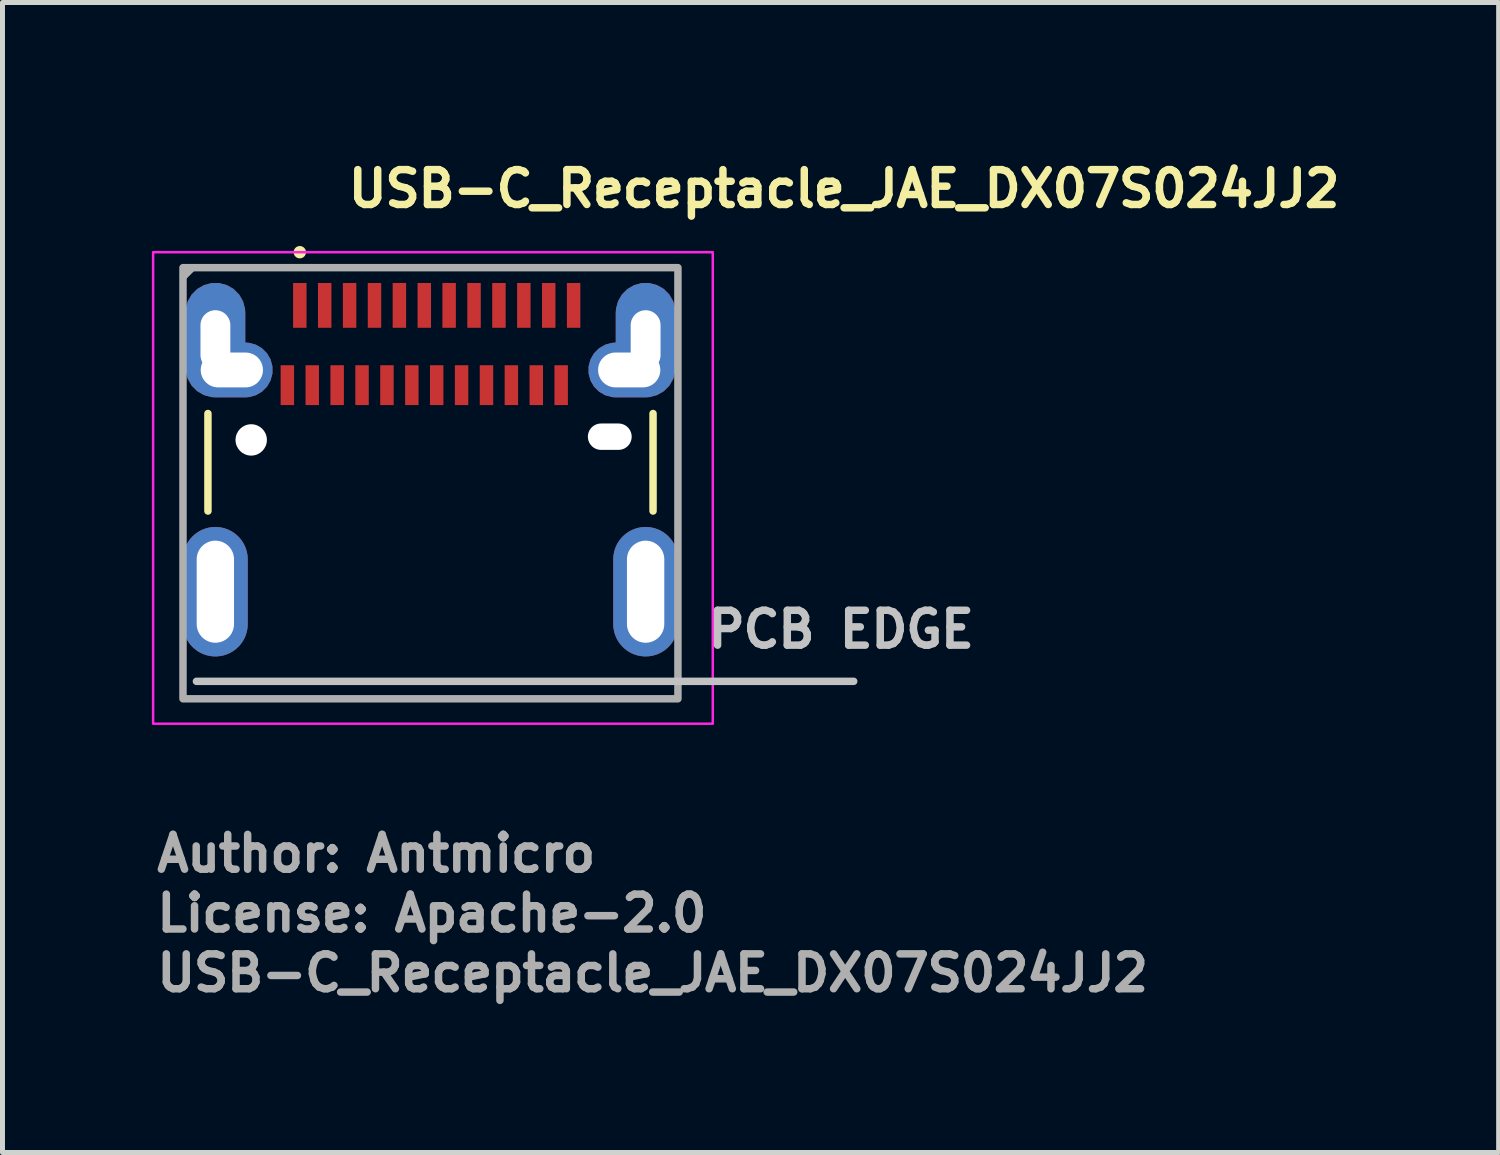
<source format=kicad_pcb>
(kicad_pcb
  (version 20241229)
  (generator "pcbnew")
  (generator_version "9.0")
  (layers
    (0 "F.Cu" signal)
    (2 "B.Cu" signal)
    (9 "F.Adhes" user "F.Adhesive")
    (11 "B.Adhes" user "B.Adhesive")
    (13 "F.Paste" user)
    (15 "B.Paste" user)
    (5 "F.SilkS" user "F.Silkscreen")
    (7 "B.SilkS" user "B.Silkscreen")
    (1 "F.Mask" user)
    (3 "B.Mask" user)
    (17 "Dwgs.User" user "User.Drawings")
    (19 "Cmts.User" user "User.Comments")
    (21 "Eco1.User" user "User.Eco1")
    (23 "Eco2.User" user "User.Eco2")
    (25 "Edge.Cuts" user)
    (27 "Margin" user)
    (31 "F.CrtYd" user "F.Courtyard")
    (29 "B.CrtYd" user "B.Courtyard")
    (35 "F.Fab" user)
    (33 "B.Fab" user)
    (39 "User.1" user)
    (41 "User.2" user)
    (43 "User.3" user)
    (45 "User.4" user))
  (footprint "USB-C_Receptacle_JAE_DX07S024JJ2"
    (layer "F.Cu")
    (at 5.596 6.9)
    (property "Reference" "USB-C_Receptacle_JAE_DX07S024JJ2" (at -1.726 -5.75 0) (layer "F.SilkS") (effects (font (size 0.7 0.7) (thickness 0.15)) (justify left bottom)))
    (attr smd)
    (fp_line (start -4.47 -1.645) (end -4.47 0.313) (stroke (width 0.15) (type solid)) (layer "F.SilkS"))
    (fp_line (start 4.469 -1.645) (end 4.469 0.313) (stroke (width 0.15) (type solid)) (layer "F.SilkS"))
    (fp_circle (center -2.625 -4.885) (end -2.576 -4.885) (stroke (width 0.15) (type solid)) (fill yes) (layer "F.SilkS"))
    (fp_line (start -4.701 3.733) (end 8.499 3.733) (stroke (width 0.15) (type solid)) (layer "Dwgs.User"))
    (fp_rect (start -5.571 -4.885) (end 5.669 4.584) (stroke (width 0.05) (type solid)) (fill no) (layer "F.CrtYd"))
    (fp_line (start -4.96 -4.4) (end -4.81 -4.55) (stroke (width 0.15) (type solid)) (layer "F.Fab"))
    (fp_rect (start -4.971 -4.575) (end 4.969 4.084) (stroke (width 0.15) (type solid)) (fill no) (layer "F.Fab"))
    (fp_rect (start -4.471 -4.085) (end 4.469 4.084) (stroke (width 0.1) (type solid)) (fill no) (layer "User.5"))
    (fp_line (start -4.471 -3.339) (end -4.47 -3.343) (stroke (width 0.02) (type solid)) (layer "User.9"))
    (fp_line (start -4.471 -3.336) (end -4.471 -3.339) (stroke (width 0.02) (type solid)) (layer "User.9"))
    (fp_line (start -4.47 -4.085) (end -4.463 -4.085) (stroke (width 0.02) (type solid)) (layer "User.9"))
    (fp_line (start -4.47 -3.516) (end -4.47 -4.085) (stroke (width 0.02) (type solid)) (layer "User.9"))
    (fp_line (start -4.47 -3.516) (end -4.47 -3.817) (stroke (width 0.02) (type solid)) (layer "User.9"))
    (fp_line (start -4.47 -3.516) (end -4.47 -3.491) (stroke (width 0.02) (type solid)) (layer "User.9"))
    (fp_line (start -4.47 -3.491) (end -4.47 -3.465) (stroke (width 0.02) (type solid)) (layer "User.9"))
    (fp_line (start -4.47 -3.465) (end -4.468 -3.44) (stroke (width 0.02) (type solid)) (layer "User.9"))
    (fp_line (start -4.47 -3.343) (end -4.47 -3.516) (stroke (width 0.02) (type solid)) (layer "User.9"))
    (fp_line (start -4.47 -3.343) (end -4.47 -3.215) (stroke (width 0.02) (type solid)) (layer "User.9"))
    (fp_line (start -4.47 -3.343) (end -4.47 4.084) (stroke (width 0.02) (type solid)) (layer "User.9"))
    (fp_line (start -4.47 -3.334) (end -4.471 -3.336) (stroke (width 0.02) (type solid)) (layer "User.9"))
    (fp_line (start -4.47 -3.331) (end -4.47 -3.334) (stroke (width 0.02) (type solid)) (layer "User.9"))
    (fp_line (start -4.47 -3.329) (end -4.47 -3.331) (stroke (width 0.02) (type solid)) (layer "User.9"))
    (fp_line (start -4.47 -3.326) (end -4.47 -3.329) (stroke (width 0.02) (type solid)) (layer "User.9"))
    (fp_line (start -4.47 -3.325) (end -4.47 -3.326) (stroke (width 0.02) (type solid)) (layer "User.9"))
    (fp_line (start -4.47 -3.322) (end -4.47 -3.325) (stroke (width 0.02) (type solid)) (layer "User.9"))
    (fp_line (start -4.47 -3.322) (end -4.47 -3.322) (stroke (width 0.02) (type solid)) (layer "User.9"))
    (fp_line (start -4.47 -3.321) (end -4.47 -3.322) (stroke (width 0.02) (type solid)) (layer "User.9"))
    (fp_line (start -4.47 -3.321) (end -4.47 -3.321) (stroke (width 0.02) (type solid)) (layer "User.9"))
    (fp_line (start -4.47 -3.319) (end -4.47 -3.321) (stroke (width 0.02) (type solid)) (layer "User.9"))
    (fp_line (start -4.47 -3.318) (end -4.47 -3.319) (stroke (width 0.02) (type solid)) (layer "User.9"))
    (fp_line (start -4.47 -3.318) (end -4.47 -3.318) (stroke (width 0.02) (type solid)) (layer "User.9"))
    (fp_line (start -4.468 -3.44) (end -4.468 -3.415) (stroke (width 0.02) (type solid)) (layer "User.9"))
    (fp_line (start -4.468 -3.415) (end -4.465 -3.391) (stroke (width 0.02) (type solid)) (layer "User.9"))
    (fp_line (start -4.468 -3.318) (end -4.47 -3.318) (stroke (width 0.02) (type solid)) (layer "User.9"))
    (fp_line (start -4.468 -3.318) (end -4.468 -3.318) (stroke (width 0.02) (type solid)) (layer "User.9"))
    (fp_line (start -4.468 -3.318) (end -4.468 -3.318) (stroke (width 0.02) (type solid)) (layer "User.9"))
    (fp_line (start -4.468 -3.317) (end -4.468 -3.318) (stroke (width 0.02) (type solid)) (layer "User.9"))
    (fp_line (start -4.468 -3.317) (end -4.468 -3.317) (stroke (width 0.02) (type solid)) (layer "User.9"))
    (fp_line (start -4.468 -3.317) (end -4.468 -3.317) (stroke (width 0.02) (type solid)) (layer "User.9"))
    (fp_line (start -4.468 -3.317) (end -4.468 -3.317) (stroke (width 0.02) (type solid)) (layer "User.9"))
    (fp_line (start -4.468 -3.317) (end -4.468 -3.317) (stroke (width 0.02) (type solid)) (layer "User.9"))
    (fp_line (start -4.468 -3.317) (end -4.468 -3.317) (stroke (width 0.02) (type solid)) (layer "User.9"))
    (fp_line (start -4.468 -3.317) (end -4.449 -3.317) (stroke (width 0.02) (type solid)) (layer "User.9"))
    (fp_line (start -4.465 -3.391) (end -4.462 -3.366) (stroke (width 0.02) (type solid)) (layer "User.9"))
    (fp_line (start -4.463 -4.085) (end -4.463 -4.085) (stroke (width 0.02) (type solid)) (layer "User.9"))
    (fp_line (start -4.463 -4.085) (end -4.441 -4.085) (stroke (width 0.02) (type solid)) (layer "User.9"))
    (fp_line (start -4.462 -3.366) (end -4.46 -3.34) (stroke (width 0.02) (type solid)) (layer "User.9"))
    (fp_line (start -4.462 4.084) (end -4.47 4.084) (stroke (width 0.02) (type solid)) (layer "User.9"))
    (fp_line (start -4.462 4.084) (end -4.462 4.084) (stroke (width 0.02) (type solid)) (layer "User.9"))
    (fp_line (start -4.46 -3.343) (end -4.47 -3.343) (stroke (width 0.02) (type solid)) (layer "User.9"))
    (fp_line (start -4.46 -3.34) (end -4.455 -3.317) (stroke (width 0.02) (type solid)) (layer "User.9"))
    (fp_line (start -4.449 -3.317) (end -4.449 -3.317) (stroke (width 0.02) (type solid)) (layer "User.9"))
    (fp_line (start -4.449 -3.317) (end -4.417 -3.317) (stroke (width 0.02) (type solid)) (layer "User.9"))
    (fp_line (start -4.441 -4.085) (end -4.441 -4.085) (stroke (width 0.02) (type solid)) (layer "User.9"))
    (fp_line (start -4.441 -4.085) (end -4.406 -4.085) (stroke (width 0.02) (type solid)) (layer "User.9"))
    (fp_line (start -4.439 4.084) (end -4.462 4.084) (stroke (width 0.02) (type solid)) (layer "User.9"))
    (fp_line (start -4.439 4.084) (end -4.439 4.084) (stroke (width 0.02) (type solid)) (layer "User.9"))
    (fp_line (start -4.417 -3.317) (end -4.417 -3.317) (stroke (width 0.02) (type solid)) (layer "User.9"))
    (fp_line (start -4.417 -3.317) (end -4.372 -3.317) (stroke (width 0.02) (type solid)) (layer "User.9"))
    (fp_line (start -4.406 -4.085) (end -4.406 -4.085) (stroke (width 0.02) (type solid)) (layer "User.9"))
    (fp_line (start -4.406 -4.085) (end -4.355 -4.085) (stroke (width 0.02) (type solid)) (layer "User.9"))
    (fp_line (start -4.399 4.084) (end -4.439 4.084) (stroke (width 0.02) (type solid)) (layer "User.9"))
    (fp_line (start -4.399 4.084) (end -4.399 4.084) (stroke (width 0.02) (type solid)) (layer "User.9"))
    (fp_line (start -4.372 -3.317) (end -4.372 -3.317) (stroke (width 0.02) (type solid)) (layer "User.9"))
    (fp_line (start -4.372 -3.317) (end -4.313 -3.317) (stroke (width 0.02) (type solid)) (layer "User.9"))
    (fp_line (start -4.355 -4.085) (end -4.355 -4.085) (stroke (width 0.02) (type solid)) (layer "User.9"))
    (fp_line (start -4.355 -4.085) (end -4.29 -4.085) (stroke (width 0.02) (type solid)) (layer "User.9"))
    (fp_line (start -4.345 4.084) (end -4.399 4.084) (stroke (width 0.02) (type solid)) (layer "User.9"))
    (fp_line (start -4.345 4.084) (end -4.345 4.084) (stroke (width 0.02) (type solid)) (layer "User.9"))
    (fp_line (start -4.313 -3.317) (end -4.313 -3.317) (stroke (width 0.02) (type solid)) (layer "User.9"))
    (fp_line (start -4.313 -3.317) (end -4.241 -3.317) (stroke (width 0.02) (type solid)) (layer "User.9"))
    (fp_line (start -4.29 -4.085) (end -4.29 -4.085) (stroke (width 0.02) (type solid)) (layer "User.9"))
    (fp_line (start -4.29 -4.085) (end -4.215 -4.085) (stroke (width 0.02) (type solid)) (layer "User.9"))
    (fp_line (start -4.276 4.084) (end -4.345 4.084) (stroke (width 0.02) (type solid)) (layer "User.9"))
    (fp_line (start -4.276 4.084) (end -4.276 4.084) (stroke (width 0.02) (type solid)) (layer "User.9"))
    (fp_line (start -4.241 -3.317) (end -4.241 -3.317) (stroke (width 0.02) (type solid)) (layer "User.9"))
    (fp_line (start -4.241 -3.317) (end -4.157 -3.317) (stroke (width 0.02) (type solid)) (layer "User.9"))
    (fp_line (start -4.215 -4.085) (end -4.215 -4.085) (stroke (width 0.02) (type solid)) (layer "User.9"))
    (fp_line (start -4.215 -4.085) (end -4.125 -4.085) (stroke (width 0.02) (type solid)) (layer "User.9"))
    (fp_line (start -4.194 4.084) (end -4.276 4.084) (stroke (width 0.02) (type solid)) (layer "User.9"))
    (fp_line (start -4.194 4.084) (end -4.194 4.084) (stroke (width 0.02) (type solid)) (layer "User.9"))
    (fp_line (start -4.157 -3.317) (end -4.157 -3.317) (stroke (width 0.02) (type solid)) (layer "User.9"))
    (fp_line (start -4.157 -3.317) (end -4.063 -3.317) (stroke (width 0.02) (type solid)) (layer "User.9"))
    (fp_line (start -4.125 -4.085) (end -4.125 -4.085) (stroke (width 0.02) (type solid)) (layer "User.9"))
    (fp_line (start -4.125 -4.085) (end -4.026 -4.085) (stroke (width 0.02) (type solid)) (layer "User.9"))
    (fp_line (start -4.1 4.084) (end -4.194 4.084) (stroke (width 0.02) (type solid)) (layer "User.9"))
    (fp_line (start -4.1 4.084) (end -4.1 4.084) (stroke (width 0.02) (type solid)) (layer "User.9"))
    (fp_line (start -4.063 -3.317) (end -4.063 -3.317) (stroke (width 0.02) (type solid)) (layer "User.9"))
    (fp_line (start -4.063 -3.317) (end -3.959 -3.317) (stroke (width 0.02) (type solid)) (layer "User.9"))
    (fp_line (start -4.026 -4.085) (end -4.026 -4.085) (stroke (width 0.02) (type solid)) (layer "User.9"))
    (fp_line (start -4.026 -4.085) (end -3.918 -4.085) (stroke (width 0.02) (type solid)) (layer "User.9"))
    (fp_line (start -3.992 4.084) (end -4.1 4.084) (stroke (width 0.02) (type solid)) (layer "User.9"))
    (fp_line (start -3.992 4.084) (end -3.992 4.084) (stroke (width 0.02) (type solid)) (layer "User.9"))
    (fp_line (start -3.959 -3.317) (end -3.959 -3.317) (stroke (width 0.02) (type solid)) (layer "User.9"))
    (fp_line (start -3.959 -3.317) (end -3.726 -3.317) (stroke (width 0.02) (type solid)) (layer "User.9"))
    (fp_line (start -3.918 -4.085) (end -3.918 -4.085) (stroke (width 0.02) (type solid)) (layer "User.9"))
    (fp_line (start -3.918 -4.085) (end -3.799 -4.085) (stroke (width 0.02) (type solid)) (layer "User.9"))
    (fp_line (start -3.876 4.084) (end -3.992 4.084) (stroke (width 0.02) (type solid)) (layer "User.9"))
    (fp_line (start -3.876 4.084) (end -3.876 4.084) (stroke (width 0.02) (type solid)) (layer "User.9"))
    (fp_line (start -3.799 -4.085) (end -3.799 -4.085) (stroke (width 0.02) (type solid)) (layer "User.9"))
    (fp_line (start -3.799 -4.085) (end -3.544 -4.085) (stroke (width 0.02) (type solid)) (layer "User.9"))
    (fp_line (start -3.726 -3.317) (end -3.726 -3.317) (stroke (width 0.02) (type solid)) (layer "User.9"))
    (fp_line (start -3.726 -3.317) (end -3.201 -3.317) (stroke (width 0.02) (type solid)) (layer "User.9"))
    (fp_line (start -3.621 4.084) (end -3.876 4.084) (stroke (width 0.02) (type solid)) (layer "User.9"))
    (fp_line (start -3.621 4.084) (end -3.621 4.084) (stroke (width 0.02) (type solid)) (layer "User.9"))
    (fp_line (start -3.544 -4.085) (end -3.544 -4.085) (stroke (width 0.02) (type solid)) (layer "User.9"))
    (fp_line (start -3.544 -4.085) (end -3.27 -4.085) (stroke (width 0.02) (type solid)) (layer "User.9"))
    (fp_line (start -3.27 -4.085) (end -2.75 -4.085) (stroke (width 0.02) (type solid)) (layer "User.9"))
    (fp_line (start -3.201 -3.317) (end -2.9 -3.317) (stroke (width 0.02) (type solid)) (layer "User.9"))
    (fp_line (start -3.201 4.084) (end -3.621 4.084) (stroke (width 0.02) (type solid)) (layer "User.9"))
    (fp_line (start -3.172 -3.987) (end -3.27 -4.085) (stroke (width 0.02) (type solid)) (layer "User.9"))
    (fp_line (start -3.172 -3.317) (end -3.172 -3.987) (stroke (width 0.02) (type solid)) (layer "User.9"))
    (fp_line (start -3.121 -3.935) (end -3.172 -3.987) (stroke (width 0.02) (type solid)) (layer "User.9"))
    (fp_line (start -3.121 -3.935) (end -3.121 -3.317) (stroke (width 0.02) (type solid)) (layer "User.9"))
    (fp_line (start -2.9 -3.317) (end -2.9 -2.536) (stroke (width 0.02) (type solid)) (layer "User.9"))
    (fp_line (start -2.9 -2.528) (end -2.9 -2.536) (stroke (width 0.02) (type solid)) (layer "User.9"))
    (fp_line (start -2.9 -2.521) (end -2.9 -2.528) (stroke (width 0.02) (type solid)) (layer "User.9"))
    (fp_line (start -2.899 -2.513) (end -2.9 -2.521) (stroke (width 0.02) (type solid)) (layer "User.9"))
    (fp_line (start -2.899 -2.507) (end -2.899 -2.513) (stroke (width 0.02) (type solid)) (layer "User.9"))
    (fp_line (start -2.896 -2.5) (end -2.899 -2.507) (stroke (width 0.02) (type solid)) (layer "User.9"))
    (fp_line (start -2.895 -2.492) (end -2.896 -2.5) (stroke (width 0.02) (type solid)) (layer "User.9"))
    (fp_line (start -2.892 -2.485) (end -2.895 -2.492) (stroke (width 0.02) (type solid)) (layer "User.9"))
    (fp_line (start -2.89 -2.479) (end -2.892 -2.485) (stroke (width 0.02) (type solid)) (layer "User.9"))
    (fp_line (start -2.887 -2.472) (end -2.89 -2.479) (stroke (width 0.02) (type solid)) (layer "User.9"))
    (fp_line (start -2.883 -2.465) (end -2.887 -2.472) (stroke (width 0.02) (type solid)) (layer "User.9"))
    (fp_line (start -2.879 -2.459) (end -2.883 -2.465) (stroke (width 0.02) (type solid)) (layer "User.9"))
    (fp_line (start -2.875 -2.452) (end -2.879 -2.459) (stroke (width 0.02) (type solid)) (layer "User.9"))
    (fp_line (start -2.871 -2.447) (end -2.875 -2.452) (stroke (width 0.02) (type solid)) (layer "User.9"))
    (fp_line (start -2.867 -2.44) (end -2.871 -2.447) (stroke (width 0.02) (type solid)) (layer "User.9"))
    (fp_line (start -2.863 -2.436) (end -2.867 -2.44) (stroke (width 0.02) (type solid)) (layer "User.9"))
    (fp_line (start -2.858 -2.43) (end -2.863 -2.436) (stroke (width 0.02) (type solid)) (layer "User.9"))
    (fp_line (start -2.858 -2.43) (end -2.858 -2.43) (stroke (width 0.02) (type solid)) (layer "User.9"))
    (fp_line (start -2.851 -2.424) (end -2.858 -2.43) (stroke (width 0.02) (type solid)) (layer "User.9"))
    (fp_line (start -2.847 -2.419) (end -2.851 -2.424) (stroke (width 0.02) (type solid)) (layer "User.9"))
    (fp_line (start -2.84 -2.415) (end -2.847 -2.419) (stroke (width 0.02) (type solid)) (layer "User.9"))
    (fp_line (start -2.835 -2.411) (end -2.84 -2.415) (stroke (width 0.02) (type solid)) (layer "User.9"))
    (fp_line (start -2.827 -2.407) (end -2.835 -2.411) (stroke (width 0.02) (type solid)) (layer "User.9"))
    (fp_line (start -2.822 -2.403) (end -2.827 -2.407) (stroke (width 0.02) (type solid)) (layer "User.9"))
    (fp_line (start -2.815 -2.4) (end -2.822 -2.403) (stroke (width 0.02) (type solid)) (layer "User.9"))
    (fp_line (start -2.809 -2.398) (end -2.815 -2.4) (stroke (width 0.02) (type solid)) (layer "User.9"))
    (fp_line (start -2.802 -2.395) (end -2.809 -2.398) (stroke (width 0.02) (type solid)) (layer "User.9"))
    (fp_line (start -2.794 -2.392) (end -2.802 -2.395) (stroke (width 0.02) (type solid)) (layer "User.9"))
    (fp_line (start -2.787 -2.391) (end -2.794 -2.392) (stroke (width 0.02) (type solid)) (layer "User.9"))
    (fp_line (start -2.781 -2.388) (end -2.787 -2.391) (stroke (width 0.02) (type solid)) (layer "User.9"))
    (fp_line (start -2.774 -2.387) (end -2.781 -2.388) (stroke (width 0.02) (type solid)) (layer "User.9"))
    (fp_line (start -2.766 -2.387) (end -2.774 -2.387) (stroke (width 0.02) (type solid)) (layer "User.9"))
    (fp_line (start -2.758 -2.387) (end -2.766 -2.387) (stroke (width 0.02) (type solid)) (layer "User.9"))
    (fp_line (start -2.75 -4.085) (end -2.75 -3.886) (stroke (width 0.02) (type solid)) (layer "User.9"))
    (fp_line (start -2.75 -2.386) (end -2.758 -2.387) (stroke (width 0.02) (type solid)) (layer "User.9"))
    (fp_line (start -2.75 -2.386) (end -1.151 -2.386) (stroke (width 0.02) (type solid)) (layer "User.9"))
    (fp_line (start -2.737 -4.085) (end -2.75 -4.085) (stroke (width 0.02) (type solid)) (layer "User.9"))
    (fp_line (start -2.737 -4.085) (end -2.737 -4.085) (stroke (width 0.02) (type solid)) (layer "User.9"))
    (fp_line (start -2.694 -4.085) (end -2.737 -4.085) (stroke (width 0.02) (type solid)) (layer "User.9"))
    (fp_line (start -2.694 -4.085) (end -2.694 -4.085) (stroke (width 0.02) (type solid)) (layer "User.9"))
    (fp_line (start -2.601 -4.085) (end -2.694 -4.085) (stroke (width 0.02) (type solid)) (layer "User.9"))
    (fp_line (start -2.601 -4.085) (end -2.601 -4.085) (stroke (width 0.02) (type solid)) (layer "User.9"))
    (fp_line (start -2.496 -2.636) (end -2.476 -2.636) (stroke (width 0.02) (type solid)) (layer "User.9"))
    (fp_line (start -2.496 -2.386) (end -2.496 -2.636) (stroke (width 0.02) (type solid)) (layer "User.9"))
    (fp_line (start -2.484 -4.085) (end -2.601 -4.085) (stroke (width 0.02) (type solid)) (layer "User.9"))
    (fp_line (start -2.484 -4.085) (end -2.484 -4.085) (stroke (width 0.02) (type solid)) (layer "User.9"))
    (fp_line (start -2.476 -2.636) (end -2.476 -2.386) (stroke (width 0.02) (type solid)) (layer "User.9"))
    (fp_line (start -2.476 -2.636) (end -1.101 -2.636) (stroke (width 0.02) (type solid)) (layer "User.9"))
    (fp_line (start -2.455 -4.085) (end -2.484 -4.085) (stroke (width 0.02) (type solid)) (layer "User.9"))
    (fp_line (start -2.455 -4.085) (end -2.455 -4.085) (stroke (width 0.02) (type solid)) (layer "User.9"))
    (fp_line (start -2.451 -4.085) (end -2.455 -4.085) (stroke (width 0.02) (type solid)) (layer "User.9"))
    (fp_line (start -2.451 -4.085) (end -2.451 -3.886) (stroke (width 0.02) (type solid)) (layer "User.9"))
    (fp_line (start -2.403 -3.455) (end -2.403 -2.685) (stroke (width 0.02) (type solid)) (layer "User.9"))
    (fp_line (start -2.403 -3.455) (end -1.309 -3.455) (stroke (width 0.02) (type solid)) (layer "User.9"))
    (fp_line (start -2.403 -2.685) (end -1.309 -2.685) (stroke (width 0.02) (type solid)) (layer "User.9"))
    (fp_line (start -1.309 -2.685) (end -1.151 -2.685) (stroke (width 0.02) (type solid)) (layer "User.9"))
    (fp_line (start -1.151 -3.455) (end -1.309 -3.455) (stroke (width 0.02) (type solid)) (layer "User.9"))
    (fp_line (start -1.151 -3.455) (end -0.901 -3.455) (stroke (width 0.02) (type solid)) (layer "User.9"))
    (fp_line (start -1.151 -2.685) (end -1.143 -2.685) (stroke (width 0.02) (type solid)) (layer "User.9"))
    (fp_line (start -1.147 -3.496) (end -1.147 -3.455) (stroke (width 0.02) (type solid)) (layer "User.9"))
    (fp_line (start -1.147 -2.685) (end -1.147 -2.636) (stroke (width 0.02) (type solid)) (layer "User.9"))
    (fp_line (start -1.143 -2.685) (end -1.137 -2.685) (stroke (width 0.02) (type solid)) (layer "User.9"))
    (fp_line (start -1.143 -2.387) (end -1.151 -2.386) (stroke (width 0.02) (type solid)) (layer "User.9"))
    (fp_line (start -1.137 -2.685) (end -1.129 -2.685) (stroke (width 0.02) (type solid)) (layer "User.9"))
    (fp_line (start -1.137 -2.387) (end -1.143 -2.387) (stroke (width 0.02) (type solid)) (layer "User.9"))
    (fp_line (start -1.129 -2.685) (end -1.121 -2.684) (stroke (width 0.02) (type solid)) (layer "User.9"))
    (fp_line (start -1.129 -2.387) (end -1.137 -2.387) (stroke (width 0.02) (type solid)) (layer "User.9"))
    (fp_line (start -1.121 -2.684) (end -1.115 -2.681) (stroke (width 0.02) (type solid)) (layer "User.9"))
    (fp_line (start -1.121 -2.388) (end -1.129 -2.387) (stroke (width 0.02) (type solid)) (layer "User.9"))
    (fp_line (start -1.115 -2.681) (end -1.107 -2.68) (stroke (width 0.02) (type solid)) (layer "User.9"))
    (fp_line (start -1.115 -2.391) (end -1.121 -2.388) (stroke (width 0.02) (type solid)) (layer "User.9"))
    (fp_line (start -1.107 -2.68) (end -1.101 -2.677) (stroke (width 0.02) (type solid)) (layer "User.9"))
    (fp_line (start -1.107 -2.392) (end -1.115 -2.391) (stroke (width 0.02) (type solid)) (layer "User.9"))
    (fp_line (start -1.101 -3.496) (end -1.147 -3.496) (stroke (width 0.02) (type solid)) (layer "User.9"))
    (fp_line (start -1.101 -3.496) (end 1.1 -3.496) (stroke (width 0.02) (type solid)) (layer "User.9"))
    (fp_line (start -1.101 -3.455) (end -1.101 -3.496) (stroke (width 0.02) (type solid)) (layer "User.9"))
    (fp_line (start -1.101 -2.677) (end -1.093 -2.674) (stroke (width 0.02) (type solid)) (layer "User.9"))
    (fp_line (start -1.101 -2.636) (end -1.101 -2.677) (stroke (width 0.02) (type solid)) (layer "User.9"))
    (fp_line (start -1.101 -2.395) (end -1.107 -2.392) (stroke (width 0.02) (type solid)) (layer "User.9"))
    (fp_line (start -1.093 -2.674) (end -1.087 -2.672) (stroke (width 0.02) (type solid)) (layer "User.9"))
    (fp_line (start -1.093 -2.398) (end -1.101 -2.395) (stroke (width 0.02) (type solid)) (layer "User.9"))
    (fp_line (start -1.087 -2.672) (end -1.081 -2.669) (stroke (width 0.02) (type solid)) (layer "User.9"))
    (fp_line (start -1.087 -2.4) (end -1.093 -2.398) (stroke (width 0.02) (type solid)) (layer "User.9"))
    (fp_line (start -1.081 -2.669) (end -1.073 -2.665) (stroke (width 0.02) (type solid)) (layer "User.9"))
    (fp_line (start -1.081 -2.403) (end -1.087 -2.4) (stroke (width 0.02) (type solid)) (layer "User.9"))
    (fp_line (start -1.073 -2.665) (end -1.067 -2.661) (stroke (width 0.02) (type solid)) (layer "User.9"))
    (fp_line (start -1.073 -2.407) (end -1.081 -2.403) (stroke (width 0.02) (type solid)) (layer "User.9"))
    (fp_line (start -1.067 -2.661) (end -1.061 -2.657) (stroke (width 0.02) (type solid)) (layer "User.9"))
    (fp_line (start -1.067 -2.411) (end -1.073 -2.407) (stroke (width 0.02) (type solid)) (layer "User.9"))
    (fp_line (start -1.061 -2.657) (end -1.055 -2.653) (stroke (width 0.02) (type solid)) (layer "User.9"))
    (fp_line (start -1.061 -2.415) (end -1.067 -2.411) (stroke (width 0.02) (type solid)) (layer "User.9"))
    (fp_line (start -1.055 -2.653) (end -1.051 -2.648) (stroke (width 0.02) (type solid)) (layer "User.9"))
    (fp_line (start -1.055 -2.419) (end -1.061 -2.415) (stroke (width 0.02) (type solid)) (layer "User.9"))
    (fp_line (start -1.051 -2.648) (end -1.045 -2.642) (stroke (width 0.02) (type solid)) (layer "User.9"))
    (fp_line (start -1.051 -2.424) (end -1.055 -2.419) (stroke (width 0.02) (type solid)) (layer "User.9"))
    (fp_line (start -1.051 -1.476) (end -1.049 -1.486) (stroke (width 0.02) (type solid)) (layer "User.9"))
    (fp_line (start -1.051 -1.466) (end -1.051 -1.476) (stroke (width 0.02) (type solid)) (layer "User.9"))
    (fp_line (start -1.051 -1.166) (end -1.051 -1.466) (stroke (width 0.02) (type solid)) (layer "User.9"))
    (fp_line (start -1.051 -1.156) (end -1.051 -1.166) (stroke (width 0.02) (type solid)) (layer "User.9"))
    (fp_line (start -1.049 -1.496) (end -1.047 -1.506) (stroke (width 0.02) (type solid)) (layer "User.9"))
    (fp_line (start -1.049 -1.486) (end -1.049 -1.496) (stroke (width 0.02) (type solid)) (layer "User.9"))
    (fp_line (start -1.049 -1.145) (end -1.051 -1.156) (stroke (width 0.02) (type solid)) (layer "User.9"))
    (fp_line (start -1.049 -1.135) (end -1.049 -1.145) (stroke (width 0.02) (type solid)) (layer "User.9"))
    (fp_line (start -1.047 -1.506) (end -1.045 -1.516) (stroke (width 0.02) (type solid)) (layer "User.9"))
    (fp_line (start -1.047 -1.125) (end -1.049 -1.135) (stroke (width 0.02) (type solid)) (layer "User.9"))
    (fp_line (start -1.045 -2.642) (end -1.045 -2.642) (stroke (width 0.02) (type solid)) (layer "User.9"))
    (fp_line (start -1.045 -2.642) (end -1.039 -2.637) (stroke (width 0.02) (type solid)) (layer "User.9"))
    (fp_line (start -1.045 -2.43) (end -1.051 -2.424) (stroke (width 0.02) (type solid)) (layer "User.9"))
    (fp_line (start -1.045 -2.43) (end -1.045 -2.43) (stroke (width 0.02) (type solid)) (layer "User.9"))
    (fp_line (start -1.045 -1.516) (end -1.041 -1.526) (stroke (width 0.02) (type solid)) (layer "User.9"))
    (fp_line (start -1.045 -1.117) (end -1.047 -1.125) (stroke (width 0.02) (type solid)) (layer "User.9"))
    (fp_line (start -1.041 -1.526) (end -1.039 -1.534) (stroke (width 0.02) (type solid)) (layer "User.9"))
    (fp_line (start -1.041 -1.107) (end -1.045 -1.117) (stroke (width 0.02) (type solid)) (layer "User.9"))
    (fp_line (start -1.039 -2.637) (end -1.035 -2.632) (stroke (width 0.02) (type solid)) (layer "User.9"))
    (fp_line (start -1.039 -2.436) (end -1.045 -2.43) (stroke (width 0.02) (type solid)) (layer "User.9"))
    (fp_line (start -1.039 -1.534) (end -1.035 -1.543) (stroke (width 0.02) (type solid)) (layer "User.9"))
    (fp_line (start -1.039 -1.097) (end -1.041 -1.107) (stroke (width 0.02) (type solid)) (layer "User.9"))
    (fp_line (start -1.035 -2.632) (end -1.031 -2.625) (stroke (width 0.02) (type solid)) (layer "User.9"))
    (fp_line (start -1.035 -2.44) (end -1.039 -2.436) (stroke (width 0.02) (type solid)) (layer "User.9"))
    (fp_line (start -1.035 -1.543) (end -1.031 -1.553) (stroke (width 0.02) (type solid)) (layer "User.9"))
    (fp_line (start -1.035 -1.089) (end -1.039 -1.097) (stroke (width 0.02) (type solid)) (layer "User.9"))
    (fp_line (start -1.031 -2.625) (end -1.027 -2.62) (stroke (width 0.02) (type solid)) (layer "User.9"))
    (fp_line (start -1.031 -2.447) (end -1.035 -2.44) (stroke (width 0.02) (type solid)) (layer "User.9"))
    (fp_line (start -1.031 -1.553) (end -1.027 -1.561) (stroke (width 0.02) (type solid)) (layer "User.9"))
    (fp_line (start -1.031 -1.079) (end -1.035 -1.089) (stroke (width 0.02) (type solid)) (layer "User.9"))
    (fp_line (start -1.027 -2.62) (end -1.022 -2.613) (stroke (width 0.02) (type solid)) (layer "User.9"))
    (fp_line (start -1.027 -2.452) (end -1.031 -2.447) (stroke (width 0.02) (type solid)) (layer "User.9"))
    (fp_line (start -1.027 -1.561) (end -1.022 -1.569) (stroke (width 0.02) (type solid)) (layer "User.9"))
    (fp_line (start -1.027 -1.071) (end -1.031 -1.079) (stroke (width 0.02) (type solid)) (layer "User.9"))
    (fp_line (start -1.022 -2.613) (end -1.018 -2.606) (stroke (width 0.02) (type solid)) (layer "User.9"))
    (fp_line (start -1.022 -2.459) (end -1.027 -2.452) (stroke (width 0.02) (type solid)) (layer "User.9"))
    (fp_line (start -1.022 -1.569) (end -1.016 -1.577) (stroke (width 0.02) (type solid)) (layer "User.9"))
    (fp_line (start -1.022 -1.063) (end -1.027 -1.071) (stroke (width 0.02) (type solid)) (layer "User.9"))
    (fp_line (start -1.018 -2.606) (end -1.016 -2.601) (stroke (width 0.02) (type solid)) (layer "User.9"))
    (fp_line (start -1.018 -2.465) (end -1.022 -2.459) (stroke (width 0.02) (type solid)) (layer "User.9"))
    (fp_line (start -1.016 -2.601) (end -1.012 -2.593) (stroke (width 0.02) (type solid)) (layer "User.9"))
    (fp_line (start -1.016 -2.472) (end -1.018 -2.465) (stroke (width 0.02) (type solid)) (layer "User.9"))
    (fp_line (start -1.016 -1.577) (end -1.012 -1.585) (stroke (width 0.02) (type solid)) (layer "User.9"))
    (fp_line (start -1.016 -1.055) (end -1.022 -1.063) (stroke (width 0.02) (type solid)) (layer "User.9"))
    (fp_line (start -1.012 -2.593) (end -1.01 -2.586) (stroke (width 0.02) (type solid)) (layer "User.9"))
    (fp_line (start -1.012 -2.479) (end -1.016 -2.472) (stroke (width 0.02) (type solid)) (layer "User.9"))
    (fp_line (start -1.012 -1.585) (end -1.006 -1.593) (stroke (width 0.02) (type solid)) (layer "User.9"))
    (fp_line (start -1.012 -1.047) (end -1.016 -1.055) (stroke (width 0.02) (type solid)) (layer "User.9"))
    (fp_line (start -1.01 -2.586) (end -1.008 -2.58) (stroke (width 0.02) (type solid)) (layer "User.9"))
    (fp_line (start -1.01 -2.485) (end -1.012 -2.479) (stroke (width 0.02) (type solid)) (layer "User.9"))
    (fp_line (start -1.008 -2.58) (end -1.006 -2.573) (stroke (width 0.02) (type solid)) (layer "User.9"))
    (fp_line (start -1.008 -2.492) (end -1.01 -2.485) (stroke (width 0.02) (type solid)) (layer "User.9"))
    (fp_line (start -1.006 -2.573) (end -1.004 -2.565) (stroke (width 0.02) (type solid)) (layer "User.9"))
    (fp_line (start -1.006 -2.5) (end -1.008 -2.492) (stroke (width 0.02) (type solid)) (layer "User.9"))
    (fp_line (start -1.006 -1.593) (end -0.999 -1.601) (stroke (width 0.02) (type solid)) (layer "User.9"))
    (fp_line (start -1.006 -1.039) (end -1.012 -1.047) (stroke (width 0.02) (type solid)) (layer "User.9"))
    (fp_line (start -1.004 -2.565) (end -1.002 -2.559) (stroke (width 0.02) (type solid)) (layer "User.9"))
    (fp_line (start -1.004 -2.507) (end -1.006 -2.5) (stroke (width 0.02) (type solid)) (layer "User.9"))
    (fp_line (start -1.002 -2.559) (end -1.002 -2.551) (stroke (width 0.02) (type solid)) (layer "User.9"))
    (fp_line (start -1.002 -2.551) (end -1.002 -2.544) (stroke (width 0.02) (type solid)) (layer "User.9"))
    (fp_line (start -1.002 -2.544) (end -1 -2.536) (stroke (width 0.02) (type solid)) (layer "User.9"))
    (fp_line (start -1.002 -2.528) (end -1.002 -2.521) (stroke (width 0.02) (type solid)) (layer "User.9"))
    (fp_line (start -1.002 -2.521) (end -1.002 -2.513) (stroke (width 0.02) (type solid)) (layer "User.9"))
    (fp_line (start -1.002 -2.513) (end -1.004 -2.507) (stroke (width 0.02) (type solid)) (layer "User.9"))
    (fp_line (start -1 -2.536) (end -1.002 -2.528) (stroke (width 0.02) (type solid)) (layer "User.9"))
    (fp_line (start -0.999 -1.601) (end -0.992 -1.607) (stroke (width 0.02) (type solid)) (layer "User.9"))
    (fp_line (start -0.999 -1.031) (end -1.006 -1.039) (stroke (width 0.02) (type solid)) (layer "User.9"))
    (fp_line (start -0.992 -1.607) (end -0.985 -1.615) (stroke (width 0.02) (type solid)) (layer "User.9"))
    (fp_line (start -0.992 -1.024) (end -0.999 -1.031) (stroke (width 0.02) (type solid)) (layer "User.9"))
    (fp_line (start -0.985 -1.615) (end -0.978 -1.621) (stroke (width 0.02) (type solid)) (layer "User.9"))
    (fp_line (start -0.985 -1.018) (end -0.992 -1.024) (stroke (width 0.02) (type solid)) (layer "User.9"))
    (fp_line (start -0.978 -1.621) (end -0.97 -1.627) (stroke (width 0.02) (type solid)) (layer "User.9"))
    (fp_line (start -0.978 -1.012) (end -0.985 -1.018) (stroke (width 0.02) (type solid)) (layer "User.9"))
    (fp_line (start -0.97 -1.627) (end -0.962 -1.631) (stroke (width 0.02) (type solid)) (layer "User.9"))
    (fp_line (start -0.97 -1.006) (end -0.978 -1.012) (stroke (width 0.02) (type solid)) (layer "User.9"))
    (fp_line (start -0.962 -1.631) (end -0.955 -1.637) (stroke (width 0.02) (type solid)) (layer "User.9"))
    (fp_line (start -0.962 -1) (end -0.97 -1.006) (stroke (width 0.02) (type solid)) (layer "User.9"))
    (fp_line (start -0.955 -1.637) (end -0.947 -1.641) (stroke (width 0.02) (type solid)) (layer "User.9"))
    (fp_line (start -0.955 -0.994) (end -0.962 -1) (stroke (width 0.02) (type solid)) (layer "User.9"))
    (fp_line (start -0.951 -1.476) (end -0.951 -1.472) (stroke (width 0.02) (type solid)) (layer "User.9"))
    (fp_line (start -0.951 -1.472) (end -0.951 -1.466) (stroke (width 0.02) (type solid)) (layer "User.9"))
    (fp_line (start -0.951 -1.466) (end -0.951 -1.166) (stroke (width 0.02) (type solid)) (layer "User.9"))
    (fp_line (start -0.951 -1.166) (end -0.951 -1.16) (stroke (width 0.02) (type solid)) (layer "User.9"))
    (fp_line (start -0.951 -1.16) (end -0.951 -1.156) (stroke (width 0.02) (type solid)) (layer "User.9"))
    (fp_line (start -0.951 -1.156) (end -0.95 -1.151) (stroke (width 0.02) (type solid)) (layer "User.9"))
    (fp_line (start -0.95 -1.482) (end -0.951 -1.476) (stroke (width 0.02) (type solid)) (layer "User.9"))
    (fp_line (start -0.95 -1.151) (end -0.949 -1.145) (stroke (width 0.02) (type solid)) (layer "User.9"))
    (fp_line (start -0.949 -1.486) (end -0.95 -1.482) (stroke (width 0.02) (type solid)) (layer "User.9"))
    (fp_line (start -0.949 -1.145) (end -0.948 -1.141) (stroke (width 0.02) (type solid)) (layer "User.9"))
    (fp_line (start -0.948 -1.49) (end -0.949 -1.486) (stroke (width 0.02) (type solid)) (layer "User.9"))
    (fp_line (start -0.948 -1.141) (end -0.947 -1.137) (stroke (width 0.02) (type solid)) (layer "User.9"))
    (fp_line (start -0.947 -1.641) (end -0.938 -1.647) (stroke (width 0.02) (type solid)) (layer "User.9"))
    (fp_line (start -0.947 -1.496) (end -0.948 -1.49) (stroke (width 0.02) (type solid)) (layer "User.9"))
    (fp_line (start -0.947 -1.137) (end -0.945 -1.131) (stroke (width 0.02) (type solid)) (layer "User.9"))
    (fp_line (start -0.947 -0.99) (end -0.955 -0.994) (stroke (width 0.02) (type solid)) (layer "User.9"))
    (fp_line (start -0.945 -1.5) (end -0.947 -1.496) (stroke (width 0.02) (type solid)) (layer "User.9"))
    (fp_line (start -0.945 -1.131) (end -0.944 -1.127) (stroke (width 0.02) (type solid)) (layer "User.9"))
    (fp_line (start -0.944 -1.504) (end -0.945 -1.5) (stroke (width 0.02) (type solid)) (layer "User.9"))
    (fp_line (start -0.944 -1.127) (end -0.942 -1.123) (stroke (width 0.02) (type solid)) (layer "User.9"))
    (fp_line (start -0.942 -1.51) (end -0.944 -1.504) (stroke (width 0.02) (type solid)) (layer "User.9"))
    (fp_line (start -0.942 -1.123) (end -0.939 -1.119) (stroke (width 0.02) (type solid)) (layer "User.9"))
    (fp_line (start -0.939 -1.514) (end -0.942 -1.51) (stroke (width 0.02) (type solid)) (layer "User.9"))
    (fp_line (start -0.939 -1.119) (end -0.937 -1.115) (stroke (width 0.02) (type solid)) (layer "User.9"))
    (fp_line (start -0.938 -1.647) (end -0.929 -1.651) (stroke (width 0.02) (type solid)) (layer "User.9"))
    (fp_line (start -0.938 -0.985) (end -0.947 -0.99) (stroke (width 0.02) (type solid)) (layer "User.9"))
    (fp_line (start -0.937 -1.518) (end -0.939 -1.514) (stroke (width 0.02) (type solid)) (layer "User.9"))
    (fp_line (start -0.937 -1.115) (end -0.934 -1.111) (stroke (width 0.02) (type solid)) (layer "User.9"))
    (fp_line (start -0.934 -1.522) (end -0.937 -1.518) (stroke (width 0.02) (type solid)) (layer "User.9"))
    (fp_line (start -0.934 -1.111) (end -0.932 -1.107) (stroke (width 0.02) (type solid)) (layer "User.9"))
    (fp_line (start -0.932 -1.526) (end -0.934 -1.522) (stroke (width 0.02) (type solid)) (layer "User.9"))
    (fp_line (start -0.932 -1.107) (end -0.929 -1.103) (stroke (width 0.02) (type solid)) (layer "User.9"))
    (fp_line (start -0.929 -1.651) (end -0.92 -1.653) (stroke (width 0.02) (type solid)) (layer "User.9"))
    (fp_line (start -0.929 -1.53) (end -0.932 -1.526) (stroke (width 0.02) (type solid)) (layer "User.9"))
    (fp_line (start -0.929 -1.103) (end -0.925 -1.099) (stroke (width 0.02) (type solid)) (layer "User.9"))
    (fp_line (start -0.929 -0.981) (end -0.938 -0.985) (stroke (width 0.02) (type solid)) (layer "User.9"))
    (fp_line (start -0.925 -1.534) (end -0.929 -1.53) (stroke (width 0.02) (type solid)) (layer "User.9"))
    (fp_line (start -0.925 -1.099) (end -0.922 -1.095) (stroke (width 0.02) (type solid)) (layer "User.9"))
    (fp_line (start -0.922 -1.536) (end -0.925 -1.534) (stroke (width 0.02) (type solid)) (layer "User.9"))
    (fp_line (start -0.922 -1.095) (end -0.919 -1.091) (stroke (width 0.02) (type solid)) (layer "User.9"))
    (fp_line (start -0.92 -1.653) (end -0.911 -1.657) (stroke (width 0.02) (type solid)) (layer "User.9"))
    (fp_line (start -0.92 -0.978) (end -0.929 -0.981) (stroke (width 0.02) (type solid)) (layer "User.9"))
    (fp_line (start -0.919 -1.541) (end -0.922 -1.536) (stroke (width 0.02) (type solid)) (layer "User.9"))
    (fp_line (start -0.919 -1.091) (end -0.915 -1.089) (stroke (width 0.02) (type solid)) (layer "User.9"))
    (fp_line (start -0.915 -1.543) (end -0.919 -1.541) (stroke (width 0.02) (type solid)) (layer "User.9"))
    (fp_line (start -0.915 -1.089) (end -0.911 -1.085) (stroke (width 0.02) (type solid)) (layer "User.9"))
    (fp_line (start -0.911 -1.657) (end -0.901 -1.659) (stroke (width 0.02) (type solid)) (layer "User.9"))
    (fp_line (start -0.911 -1.547) (end -0.915 -1.543) (stroke (width 0.02) (type solid)) (layer "User.9"))
    (fp_line (start -0.911 -1.085) (end -0.907 -1.083) (stroke (width 0.02) (type solid)) (layer "User.9"))
    (fp_line (start -0.911 -0.974) (end -0.92 -0.978) (stroke (width 0.02) (type solid)) (layer "User.9"))
    (fp_line (start -0.907 -1.549) (end -0.911 -1.547) (stroke (width 0.02) (type solid)) (layer "User.9"))
    (fp_line (start -0.907 -1.083) (end -0.903 -1.081) (stroke (width 0.02) (type solid)) (layer "User.9"))
    (fp_line (start -0.903 -1.551) (end -0.907 -1.549) (stroke (width 0.02) (type solid)) (layer "User.9"))
    (fp_line (start -0.903 -1.081) (end -0.899 -1.079) (stroke (width 0.02) (type solid)) (layer "User.9"))
    (fp_line (start -0.901 -3.455) (end -0.844 -3.326) (stroke (width 0.02) (type solid)) (layer "User.9"))
    (fp_line (start -0.901 -1.659) (end -0.891 -1.661) (stroke (width 0.02) (type solid)) (layer "User.9"))
    (fp_line (start -0.901 -0.972) (end -0.911 -0.974) (stroke (width 0.02) (type solid)) (layer "User.9"))
    (fp_line (start -0.899 -1.553) (end -0.903 -1.551) (stroke (width 0.02) (type solid)) (layer "User.9"))
    (fp_line (start -0.899 -1.079) (end -0.894 -1.075) (stroke (width 0.02) (type solid)) (layer "User.9"))
    (fp_line (start -0.894 -1.557) (end -0.899 -1.553) (stroke (width 0.02) (type solid)) (layer "User.9"))
    (fp_line (start -0.894 -1.075) (end -0.889 -1.073) (stroke (width 0.02) (type solid)) (layer "User.9"))
    (fp_line (start -0.891 -1.661) (end -0.881 -1.663) (stroke (width 0.02) (type solid)) (layer "User.9"))
    (fp_line (start -0.891 -0.97) (end -0.901 -0.972) (stroke (width 0.02) (type solid)) (layer "User.9"))
    (fp_line (start -0.889 -1.559) (end -0.894 -1.557) (stroke (width 0.02) (type solid)) (layer "User.9"))
    (fp_line (start -0.889 -1.073) (end -0.885 -1.073) (stroke (width 0.02) (type solid)) (layer "User.9"))
    (fp_line (start -0.885 -1.559) (end -0.889 -1.559) (stroke (width 0.02) (type solid)) (layer "User.9"))
    (fp_line (start -0.885 -1.073) (end -0.88 -1.071) (stroke (width 0.02) (type solid)) (layer "User.9"))
    (fp_line (start -0.881 -1.663) (end -0.871 -1.665) (stroke (width 0.02) (type solid)) (layer "User.9"))
    (fp_line (start -0.881 -0.968) (end -0.891 -0.97) (stroke (width 0.02) (type solid)) (layer "User.9"))
    (fp_line (start -0.88 -1.561) (end -0.885 -1.559) (stroke (width 0.02) (type solid)) (layer "User.9"))
    (fp_line (start -0.88 -1.071) (end -0.875 -1.069) (stroke (width 0.02) (type solid)) (layer "User.9"))
    (fp_line (start -0.875 -1.563) (end -0.88 -1.561) (stroke (width 0.02) (type solid)) (layer "User.9"))
    (fp_line (start -0.875 -1.069) (end -0.871 -1.069) (stroke (width 0.02) (type solid)) (layer "User.9"))
    (fp_line (start -0.871 -1.665) (end -0.861 -1.666) (stroke (width 0.02) (type solid)) (layer "User.9"))
    (fp_line (start -0.871 -1.563) (end -0.875 -1.563) (stroke (width 0.02) (type solid)) (layer "User.9"))
    (fp_line (start -0.871 -1.069) (end -0.866 -1.067) (stroke (width 0.02) (type solid)) (layer "User.9"))
    (fp_line (start -0.871 -0.967) (end -0.881 -0.968) (stroke (width 0.02) (type solid)) (layer "User.9"))
    (fp_line (start -0.866 -1.565) (end -0.871 -1.563) (stroke (width 0.02) (type solid)) (layer "User.9"))
    (fp_line (start -0.866 -1.067) (end -0.861 -1.067) (stroke (width 0.02) (type solid)) (layer "User.9"))
    (fp_line (start -0.861 -1.666) (end -0.85 -1.666) (stroke (width 0.02) (type solid)) (layer "User.9"))
    (fp_line (start -0.861 -1.565) (end -0.866 -1.565) (stroke (width 0.02) (type solid)) (layer "User.9"))
    (fp_line (start -0.861 -1.067) (end -0.856 -1.067) (stroke (width 0.02) (type solid)) (layer "User.9"))
    (fp_line (start -0.861 -0.966) (end -0.871 -0.967) (stroke (width 0.02) (type solid)) (layer "User.9"))
    (fp_line (start -0.856 -1.565) (end -0.861 -1.565) (stroke (width 0.02) (type solid)) (layer "User.9"))
    (fp_line (start -0.856 -1.067) (end -0.85 -1.065) (stroke (width 0.02) (type solid)) (layer "User.9"))
    (fp_line (start -0.85 -1.666) (end 0.849 -1.666) (stroke (width 0.02) (type solid)) (layer "User.9"))
    (fp_line (start -0.85 -1.565) (end -0.856 -1.565) (stroke (width 0.02) (type solid)) (layer "User.9"))
    (fp_line (start -0.85 -1.065) (end 0.849 -1.065) (stroke (width 0.02) (type solid)) (layer "User.9"))
    (fp_line (start -0.85 -0.965) (end -0.861 -0.966) (stroke (width 0.02) (type solid)) (layer "User.9"))
    (fp_line (start -0.844 -3.326) (end -0.843 -3.323) (stroke (width 0.02) (type solid)) (layer "User.9"))
    (fp_line (start -0.843 -3.323) (end -0.841 -3.321) (stroke (width 0.02) (type solid)) (layer "User.9"))
    (fp_line (start -0.841 -3.321) (end -0.84 -3.318) (stroke (width 0.02) (type solid)) (layer "User.9"))
    (fp_line (start -0.84 -3.318) (end -0.838 -3.314) (stroke (width 0.02) (type solid)) (layer "User.9"))
    (fp_line (start -0.838 -3.314) (end -0.836 -3.313) (stroke (width 0.02) (type solid)) (layer "User.9"))
    (fp_line (start -0.836 -3.313) (end -0.834 -3.31) (stroke (width 0.02) (type solid)) (layer "User.9"))
    (fp_line (start -0.834 -3.31) (end -0.833 -3.306) (stroke (width 0.02) (type solid)) (layer "User.9"))
    (fp_line (start -0.833 -3.306) (end -0.831 -3.305) (stroke (width 0.02) (type solid)) (layer "User.9"))
    (fp_line (start -0.831 -3.305) (end -0.829 -3.302) (stroke (width 0.02) (type solid)) (layer "User.9"))
    (fp_line (start -0.829 -3.302) (end -0.827 -3.301) (stroke (width 0.02) (type solid)) (layer "User.9"))
    (fp_line (start -0.827 -3.301) (end -0.824 -3.298) (stroke (width 0.02) (type solid)) (layer "User.9"))
    (fp_line (start -0.824 -3.298) (end -0.822 -3.297) (stroke (width 0.02) (type solid)) (layer "User.9"))
    (fp_line (start -0.822 -3.297) (end -0.819 -3.294) (stroke (width 0.02) (type solid)) (layer "User.9"))
    (fp_line (start -0.819 -3.294) (end -0.817 -3.293) (stroke (width 0.02) (type solid)) (layer "User.9"))
    (fp_line (start -0.817 -3.293) (end -0.814 -3.29) (stroke (width 0.02) (type solid)) (layer "User.9"))
    (fp_line (start -0.814 -3.29) (end -0.811 -3.29) (stroke (width 0.02) (type solid)) (layer "User.9"))
    (fp_line (start -0.811 -3.29) (end -0.808 -3.289) (stroke (width 0.02) (type solid)) (layer "User.9"))
    (fp_line (start -0.808 -3.289) (end -0.805 -3.286) (stroke (width 0.02) (type solid)) (layer "User.9"))
    (fp_line (start -0.805 -3.286) (end -0.802 -3.286) (stroke (width 0.02) (type solid)) (layer "User.9"))
    (fp_line (start -0.802 -3.286) (end -0.799 -3.285) (stroke (width 0.02) (type solid)) (layer "User.9"))
    (fp_line (start -0.799 -3.285) (end -0.796 -3.283) (stroke (width 0.02) (type solid)) (layer "User.9"))
    (fp_line (start -0.796 -3.283) (end -0.793 -3.282) (stroke (width 0.02) (type solid)) (layer "User.9"))
    (fp_line (start -0.793 -3.282) (end -0.79 -3.282) (stroke (width 0.02) (type solid)) (layer "User.9"))
    (fp_line (start -0.79 -3.282) (end -0.787 -3.282) (stroke (width 0.02) (type solid)) (layer "User.9"))
    (fp_line (start -0.787 -3.282) (end -0.784 -3.282) (stroke (width 0.02) (type solid)) (layer "User.9"))
    (fp_line (start -0.784 -3.282) (end -0.781 -3.282) (stroke (width 0.02) (type solid)) (layer "User.9"))
    (fp_line (start -0.781 -3.282) (end -0.778 -3.281) (stroke (width 0.02) (type solid)) (layer "User.9"))
    (fp_line (start -0.778 -3.281) (end -0.774 -3.282) (stroke (width 0.02) (type solid)) (layer "User.9"))
    (fp_line (start -0.774 -3.282) (end -0.771 -3.282) (stroke (width 0.02) (type solid)) (layer "User.9"))
    (fp_line (start -0.771 -3.282) (end -0.767 -3.282) (stroke (width 0.02) (type solid)) (layer "User.9"))
    (fp_line (start -0.767 -3.282) (end -0.764 -3.282) (stroke (width 0.02) (type solid)) (layer "User.9"))
    (fp_line (start -0.764 -3.282) (end -0.76 -3.282) (stroke (width 0.02) (type solid)) (layer "User.9"))
    (fp_line (start -0.76 -3.282) (end -0.76 -3.282) (stroke (width 0.02) (type solid)) (layer "User.9"))
    (fp_line (start -0.76 -3.282) (end -0.757 -3.283) (stroke (width 0.02) (type solid)) (layer "User.9"))
    (fp_line (start -0.757 -3.283) (end -0.754 -3.285) (stroke (width 0.02) (type solid)) (layer "User.9"))
    (fp_line (start -0.754 -3.285) (end -0.751 -3.286) (stroke (width 0.02) (type solid)) (layer "User.9"))
    (fp_line (start -0.751 -3.286) (end -0.748 -3.286) (stroke (width 0.02) (type solid)) (layer "User.9"))
    (fp_line (start -0.748 -3.286) (end -0.745 -3.287) (stroke (width 0.02) (type solid)) (layer "User.9"))
    (fp_line (start -0.745 -3.287) (end -0.742 -3.289) (stroke (width 0.02) (type solid)) (layer "User.9"))
    (fp_line (start -0.742 -3.289) (end -0.739 -3.29) (stroke (width 0.02) (type solid)) (layer "User.9"))
    (fp_line (start -0.739 -3.29) (end -0.736 -3.293) (stroke (width 0.02) (type solid)) (layer "User.9"))
    (fp_line (start -0.736 -3.293) (end -0.734 -3.294) (stroke (width 0.02) (type solid)) (layer "User.9"))
    (fp_line (start -0.734 -3.294) (end -0.731 -3.295) (stroke (width 0.02) (type solid)) (layer "User.9"))
    (fp_line (start -0.731 -3.295) (end -0.728 -3.298) (stroke (width 0.02) (type solid)) (layer "User.9"))
    (fp_line (start -0.728 -3.298) (end -0.726 -3.299) (stroke (width 0.02) (type solid)) (layer "User.9"))
    (fp_line (start -0.726 -3.299) (end -0.724 -3.302) (stroke (width 0.02) (type solid)) (layer "User.9"))
    (fp_line (start -0.724 -3.302) (end -0.721 -3.303) (stroke (width 0.02) (type solid)) (layer "User.9"))
    (fp_line (start -0.721 -3.303) (end -0.719 -3.306) (stroke (width 0.02) (type solid)) (layer "User.9"))
    (fp_line (start -0.719 -3.306) (end -0.717 -3.309) (stroke (width 0.02) (type solid)) (layer "User.9"))
    (fp_line (start -0.717 -3.309) (end -0.715 -3.311) (stroke (width 0.02) (type solid)) (layer "User.9"))
    (fp_line (start -0.715 -3.311) (end -0.714 -3.314) (stroke (width 0.02) (type solid)) (layer "User.9"))
    (fp_line (start -0.714 -3.314) (end -0.712 -3.317) (stroke (width 0.02) (type solid)) (layer "User.9"))
    (fp_line (start -0.712 -3.317) (end -0.71 -3.319) (stroke (width 0.02) (type solid)) (layer "User.9"))
    (fp_line (start -0.71 -3.319) (end -0.709 -3.322) (stroke (width 0.02) (type solid)) (layer "User.9"))
    (fp_line (start -0.709 -3.322) (end -0.707 -3.325) (stroke (width 0.02) (type solid)) (layer "User.9"))
    (fp_line (start -0.707 -3.325) (end -0.706 -3.327) (stroke (width 0.02) (type solid)) (layer "User.9"))
    (fp_line (start -0.706 -3.327) (end -0.705 -3.331) (stroke (width 0.02) (type solid)) (layer "User.9"))
    (fp_line (start -0.705 -3.331) (end -0.704 -3.334) (stroke (width 0.02) (type solid)) (layer "User.9"))
    (fp_line (start -0.704 -3.336) (end -0.703 -3.339) (stroke (width 0.02) (type solid)) (layer "User.9"))
    (fp_line (start -0.704 -3.334) (end -0.704 -3.336) (stroke (width 0.02) (type solid)) (layer "User.9"))
    (fp_line (start -0.703 -3.343) (end -0.702 -3.347) (stroke (width 0.02) (type solid)) (layer "User.9"))
    (fp_line (start -0.703 -3.339) (end -0.703 -3.343) (stroke (width 0.02) (type solid)) (layer "User.9"))
    (fp_line (start -0.702 -3.352) (end -0.701 -3.356) (stroke (width 0.02) (type solid)) (layer "User.9"))
    (fp_line (start -0.702 -3.35) (end -0.702 -3.352) (stroke (width 0.02) (type solid)) (layer "User.9"))
    (fp_line (start -0.702 -3.347) (end -0.702 -3.35) (stroke (width 0.02) (type solid)) (layer "User.9"))
    (fp_line (start -0.701 -3.356) (end 0.7 -3.356) (stroke (width 0.02) (type solid)) (layer "User.9"))
    (fp_line (start 0.7 -3.356) (end 0.7 -3.352) (stroke (width 0.02) (type solid)) (layer "User.9"))
    (fp_line (start 0.7 -3.352) (end 0.7 -3.35) (stroke (width 0.02) (type solid)) (layer "User.9"))
    (fp_line (start 0.7 -3.35) (end 0.7 -3.347) (stroke (width 0.02) (type solid)) (layer "User.9"))
    (fp_line (start 0.7 -3.347) (end 0.701 -3.343) (stroke (width 0.02) (type solid)) (layer "User.9"))
    (fp_line (start 0.701 -3.343) (end 0.701 -3.339) (stroke (width 0.02) (type solid)) (layer "User.9"))
    (fp_line (start 0.701 -3.339) (end 0.702 -3.336) (stroke (width 0.02) (type solid)) (layer "User.9"))
    (fp_line (start 0.702 -3.336) (end 0.703 -3.334) (stroke (width 0.02) (type solid)) (layer "User.9"))
    (fp_line (start 0.703 -3.334) (end 0.703 -3.331) (stroke (width 0.02) (type solid)) (layer "User.9"))
    (fp_line (start 0.703 -3.331) (end 0.704 -3.327) (stroke (width 0.02) (type solid)) (layer "User.9"))
    (fp_line (start 0.704 -3.327) (end 0.705 -3.325) (stroke (width 0.02) (type solid)) (layer "User.9"))
    (fp_line (start 0.705 -3.325) (end 0.707 -3.322) (stroke (width 0.02) (type solid)) (layer "User.9"))
    (fp_line (start 0.707 -3.322) (end 0.708 -3.319) (stroke (width 0.02) (type solid)) (layer "User.9"))
    (fp_line (start 0.708 -3.319) (end 0.712 -3.314) (stroke (width 0.02) (type solid)) (layer "User.9"))
    (fp_line (start 0.712 -3.314) (end 0.715 -3.309) (stroke (width 0.02) (type solid)) (layer "User.9"))
    (fp_line (start 0.715 -3.309) (end 0.72 -3.303) (stroke (width 0.02) (type solid)) (layer "User.9"))
    (fp_line (start 0.72 -3.303) (end 0.724 -3.299) (stroke (width 0.02) (type solid)) (layer "User.9"))
    (fp_line (start 0.724 -3.299) (end 0.727 -3.298) (stroke (width 0.02) (type solid)) (layer "User.9"))
    (fp_line (start 0.727 -3.298) (end 0.729 -3.295) (stroke (width 0.02) (type solid)) (layer "User.9"))
    (fp_line (start 0.729 -3.295) (end 0.732 -3.294) (stroke (width 0.02) (type solid)) (layer "User.9"))
    (fp_line (start 0.732 -3.294) (end 0.734 -3.293) (stroke (width 0.02) (type solid)) (layer "User.9"))
    (fp_line (start 0.734 -3.293) (end 0.737 -3.29) (stroke (width 0.02) (type solid)) (layer "User.9"))
    (fp_line (start 0.737 -3.29) (end 0.74 -3.289) (stroke (width 0.02) (type solid)) (layer "User.9"))
    (fp_line (start 0.74 -3.289) (end 0.743 -3.287) (stroke (width 0.02) (type solid)) (layer "User.9"))
    (fp_line (start 0.743 -3.287) (end 0.746 -3.286) (stroke (width 0.02) (type solid)) (layer "User.9"))
    (fp_line (start 0.746 -3.286) (end 0.749 -3.286) (stroke (width 0.02) (type solid)) (layer "User.9"))
    (fp_line (start 0.749 -3.286) (end 0.752 -3.285) (stroke (width 0.02) (type solid)) (layer "User.9"))
    (fp_line (start 0.752 -3.285) (end 0.755 -3.283) (stroke (width 0.02) (type solid)) (layer "User.9"))
    (fp_line (start 0.755 -3.283) (end 0.758 -3.282) (stroke (width 0.02) (type solid)) (layer "User.9"))
    (fp_line (start 0.758 -3.282) (end 0.758 -3.282) (stroke (width 0.02) (type solid)) (layer "User.9"))
    (fp_line (start 0.758 -3.282) (end 0.762 -3.282) (stroke (width 0.02) (type solid)) (layer "User.9"))
    (fp_line (start 0.762 -3.282) (end 0.765 -3.282) (stroke (width 0.02) (type solid)) (layer "User.9"))
    (fp_line (start 0.765 -3.282) (end 0.769 -3.282) (stroke (width 0.02) (type solid)) (layer "User.9"))
    (fp_line (start 0.769 -3.282) (end 0.772 -3.282) (stroke (width 0.02) (type solid)) (layer "User.9"))
    (fp_line (start 0.772 -3.282) (end 0.779 -3.282) (stroke (width 0.02) (type solid)) (layer "User.9"))
    (fp_line (start 0.779 -3.282) (end 0.785 -3.282) (stroke (width 0.02) (type solid)) (layer "User.9"))
    (fp_line (start 0.785 -3.282) (end 0.791 -3.282) (stroke (width 0.02) (type solid)) (layer "User.9"))
    (fp_line (start 0.791 -3.282) (end 0.797 -3.285) (stroke (width 0.02) (type solid)) (layer "User.9"))
    (fp_line (start 0.797 -3.285) (end 0.803 -3.286) (stroke (width 0.02) (type solid)) (layer "User.9"))
    (fp_line (start 0.803 -3.286) (end 0.809 -3.29) (stroke (width 0.02) (type solid)) (layer "User.9"))
    (fp_line (start 0.809 -3.29) (end 0.815 -3.293) (stroke (width 0.02) (type solid)) (layer "User.9"))
    (fp_line (start 0.815 -3.293) (end 0.82 -3.297) (stroke (width 0.02) (type solid)) (layer "User.9"))
    (fp_line (start 0.82 -3.297) (end 0.825 -3.301) (stroke (width 0.02) (type solid)) (layer "User.9"))
    (fp_line (start 0.825 -3.301) (end 0.829 -3.305) (stroke (width 0.02) (type solid)) (layer "User.9"))
    (fp_line (start 0.829 -3.305) (end 0.832 -3.31) (stroke (width 0.02) (type solid)) (layer "User.9"))
    (fp_line (start 0.832 -3.31) (end 0.836 -3.314) (stroke (width 0.02) (type solid)) (layer "User.9"))
    (fp_line (start 0.836 -3.314) (end 0.838 -3.318) (stroke (width 0.02) (type solid)) (layer "User.9"))
    (fp_line (start 0.838 -3.318) (end 0.839 -3.321) (stroke (width 0.02) (type solid)) (layer "User.9"))
    (fp_line (start 0.839 -3.321) (end 0.841 -3.323) (stroke (width 0.02) (type solid)) (layer "User.9"))
    (fp_line (start 0.841 -3.323) (end 0.842 -3.326) (stroke (width 0.02) (type solid)) (layer "User.9"))
    (fp_line (start 0.842 -3.326) (end 0.9 -3.455) (stroke (width 0.02) (type solid)) (layer "User.9"))
    (fp_line (start 0.849 -1.666) (end 0.859 -1.666) (stroke (width 0.02) (type solid)) (layer "User.9"))
    (fp_line (start 0.849 -1.565) (end -0.85 -1.565) (stroke (width 0.02) (type solid)) (layer "User.9"))
    (fp_line (start 0.849 -1.065) (end 0.854 -1.067) (stroke (width 0.02) (type solid)) (layer "User.9"))
    (fp_line (start 0.849 -0.965) (end -0.85 -0.965) (stroke (width 0.02) (type solid)) (layer "User.9"))
    (fp_line (start 0.854 -1.565) (end 0.849 -1.565) (stroke (width 0.02) (type solid)) (layer "User.9"))
    (fp_line (start 0.854 -1.067) (end 0.859 -1.067) (stroke (width 0.02) (type solid)) (layer "User.9"))
    (fp_line (start 0.859 -1.666) (end 0.869 -1.665) (stroke (width 0.02) (type solid)) (layer "User.9"))
    (fp_line (start 0.859 -1.565) (end 0.854 -1.565) (stroke (width 0.02) (type solid)) (layer "User.9"))
    (fp_line (start 0.859 -1.067) (end 0.864 -1.067) (stroke (width 0.02) (type solid)) (layer "User.9"))
    (fp_line (start 0.859 -0.966) (end 0.849 -0.965) (stroke (width 0.02) (type solid)) (layer "User.9"))
    (fp_line (start 0.864 -1.565) (end 0.859 -1.565) (stroke (width 0.02) (type solid)) (layer "User.9"))
    (fp_line (start 0.864 -1.067) (end 0.869 -1.069) (stroke (width 0.02) (type solid)) (layer "User.9"))
    (fp_line (start 0.869 -1.665) (end 0.879 -1.663) (stroke (width 0.02) (type solid)) (layer "User.9"))
    (fp_line (start 0.869 -1.563) (end 0.864 -1.565) (stroke (width 0.02) (type solid)) (layer "User.9"))
    (fp_line (start 0.869 -1.069) (end 0.874 -1.069) (stroke (width 0.02) (type solid)) (layer "User.9"))
    (fp_line (start 0.869 -0.967) (end 0.859 -0.966) (stroke (width 0.02) (type solid)) (layer "User.9"))
    (fp_line (start 0.874 -1.563) (end 0.869 -1.563) (stroke (width 0.02) (type solid)) (layer "User.9"))
    (fp_line (start 0.874 -1.069) (end 0.878 -1.071) (stroke (width 0.02) (type solid)) (layer "User.9"))
    (fp_line (start 0.878 -1.561) (end 0.874 -1.563) (stroke (width 0.02) (type solid)) (layer "User.9"))
    (fp_line (start 0.878 -1.071) (end 0.883 -1.073) (stroke (width 0.02) (type solid)) (layer "User.9"))
    (fp_line (start 0.879 -1.663) (end 0.889 -1.661) (stroke (width 0.02) (type solid)) (layer "User.9"))
    (fp_line (start 0.879 -0.968) (end 0.869 -0.967) (stroke (width 0.02) (type solid)) (layer "User.9"))
    (fp_line (start 0.883 -1.559) (end 0.878 -1.561) (stroke (width 0.02) (type solid)) (layer "User.9"))
    (fp_line (start 0.883 -1.073) (end 0.887 -1.073) (stroke (width 0.02) (type solid)) (layer "User.9"))
    (fp_line (start 0.887 -1.559) (end 0.883 -1.559) (stroke (width 0.02) (type solid)) (layer "User.9"))
    (fp_line (start 0.887 -1.073) (end 0.892 -1.075) (stroke (width 0.02) (type solid)) (layer "User.9"))
    (fp_line (start 0.889 -1.661) (end 0.9 -1.659) (stroke (width 0.02) (type solid)) (layer "User.9"))
    (fp_line (start 0.889 -0.97) (end 0.879 -0.968) (stroke (width 0.02) (type solid)) (layer "User.9"))
    (fp_line (start 0.892 -1.557) (end 0.887 -1.559) (stroke (width 0.02) (type solid)) (layer "User.9"))
    (fp_line (start 0.892 -1.075) (end 0.897 -1.079) (stroke (width 0.02) (type solid)) (layer "User.9"))
    (fp_line (start 0.897 -1.553) (end 0.892 -1.557) (stroke (width 0.02) (type solid)) (layer "User.9"))
    (fp_line (start 0.897 -1.079) (end 0.901 -1.081) (stroke (width 0.02) (type solid)) (layer "User.9"))
    (fp_line (start 0.9 -3.455) (end 1.15 -3.455) (stroke (width 0.02) (type solid)) (layer "User.9"))
    (fp_line (start 0.9 -1.659) (end 0.909 -1.657) (stroke (width 0.02) (type solid)) (layer "User.9"))
    (fp_line (start 0.9 -0.972) (end 0.889 -0.97) (stroke (width 0.02) (type solid)) (layer "User.9"))
    (fp_line (start 0.901 -1.551) (end 0.897 -1.553) (stroke (width 0.02) (type solid)) (layer "User.9"))
    (fp_line (start 0.901 -1.081) (end 0.905 -1.083) (stroke (width 0.02) (type solid)) (layer "User.9"))
    (fp_line (start 0.905 -1.549) (end 0.901 -1.551) (stroke (width 0.02) (type solid)) (layer "User.9"))
    (fp_line (start 0.905 -1.083) (end 0.909 -1.085) (stroke (width 0.02) (type solid)) (layer "User.9"))
    (fp_line (start 0.909 -1.657) (end 0.918 -1.653) (stroke (width 0.02) (type solid)) (layer "User.9"))
    (fp_line (start 0.909 -1.547) (end 0.905 -1.549) (stroke (width 0.02) (type solid)) (layer "User.9"))
    (fp_line (start 0.909 -1.085) (end 0.913 -1.089) (stroke (width 0.02) (type solid)) (layer "User.9"))
    (fp_line (start 0.909 -0.974) (end 0.9 -0.972) (stroke (width 0.02) (type solid)) (layer "User.9"))
    (fp_line (start 0.913 -1.543) (end 0.909 -1.547) (stroke (width 0.02) (type solid)) (layer "User.9"))
    (fp_line (start 0.913 -1.089) (end 0.917 -1.091) (stroke (width 0.02) (type solid)) (layer "User.9"))
    (fp_line (start 0.917 -1.541) (end 0.913 -1.543) (stroke (width 0.02) (type solid)) (layer "User.9"))
    (fp_line (start 0.917 -1.091) (end 0.92 -1.095) (stroke (width 0.02) (type solid)) (layer "User.9"))
    (fp_line (start 0.918 -1.653) (end 0.927 -1.651) (stroke (width 0.02) (type solid)) (layer "User.9"))
    (fp_line (start 0.918 -0.978) (end 0.909 -0.974) (stroke (width 0.02) (type solid)) (layer "User.9"))
    (fp_line (start 0.92 -1.536) (end 0.917 -1.541) (stroke (width 0.02) (type solid)) (layer "User.9"))
    (fp_line (start 0.92 -1.095) (end 0.924 -1.099) (stroke (width 0.02) (type solid)) (layer "User.9"))
    (fp_line (start 0.924 -1.534) (end 0.92 -1.536) (stroke (width 0.02) (type solid)) (layer "User.9"))
    (fp_line (start 0.924 -1.099) (end 0.927 -1.103) (stroke (width 0.02) (type solid)) (layer "User.9"))
    (fp_line (start 0.927 -1.651) (end 0.936 -1.647) (stroke (width 0.02) (type solid)) (layer "User.9"))
    (fp_line (start 0.927 -1.53) (end 0.924 -1.534) (stroke (width 0.02) (type solid)) (layer "User.9"))
    (fp_line (start 0.927 -1.103) (end 0.93 -1.107) (stroke (width 0.02) (type solid)) (layer "User.9"))
    (fp_line (start 0.927 -0.981) (end 0.918 -0.978) (stroke (width 0.02) (type solid)) (layer "User.9"))
    (fp_line (start 0.93 -1.526) (end 0.927 -1.53) (stroke (width 0.02) (type solid)) (layer "User.9"))
    (fp_line (start 0.93 -1.107) (end 0.932 -1.111) (stroke (width 0.02) (type solid)) (layer "User.9"))
    (fp_line (start 0.932 -1.522) (end 0.93 -1.526) (stroke (width 0.02) (type solid)) (layer "User.9"))
    (fp_line (start 0.932 -1.111) (end 0.935 -1.115) (stroke (width 0.02) (type solid)) (layer "User.9"))
    (fp_line (start 0.935 -1.518) (end 0.932 -1.522) (stroke (width 0.02) (type solid)) (layer "User.9"))
    (fp_line (start 0.935 -1.115) (end 0.937 -1.119) (stroke (width 0.02) (type solid)) (layer "User.9"))
    (fp_line (start 0.936 -1.647) (end 0.945 -1.641) (stroke (width 0.02) (type solid)) (layer "User.9"))
    (fp_line (start 0.936 -0.985) (end 0.927 -0.981) (stroke (width 0.02) (type solid)) (layer "User.9"))
    (fp_line (start 0.937 -1.514) (end 0.935 -1.518) (stroke (width 0.02) (type solid)) (layer "User.9"))
    (fp_line (start 0.937 -1.119) (end 0.94 -1.123) (stroke (width 0.02) (type solid)) (layer "User.9"))
    (fp_line (start 0.94 -1.51) (end 0.937 -1.514) (stroke (width 0.02) (type solid)) (layer "User.9"))
    (fp_line (start 0.94 -1.123) (end 0.942 -1.127) (stroke (width 0.02) (type solid)) (layer "User.9"))
    (fp_line (start 0.942 -1.504) (end 0.94 -1.51) (stroke (width 0.02) (type solid)) (layer "User.9"))
    (fp_line (start 0.942 -1.127) (end 0.943 -1.131) (stroke (width 0.02) (type solid)) (layer "User.9"))
    (fp_line (start 0.943 -1.5) (end 0.942 -1.504) (stroke (width 0.02) (type solid)) (layer "User.9"))
    (fp_line (start 0.943 -1.131) (end 0.945 -1.137) (stroke (width 0.02) (type solid)) (layer "User.9"))
    (fp_line (start 0.945 -1.641) (end 0.953 -1.637) (stroke (width 0.02) (type solid)) (layer "User.9"))
    (fp_line (start 0.945 -1.496) (end 0.943 -1.5) (stroke (width 0.02) (type solid)) (layer "User.9"))
    (fp_line (start 0.945 -1.137) (end 0.946 -1.141) (stroke (width 0.02) (type solid)) (layer "User.9"))
    (fp_line (start 0.945 -0.99) (end 0.936 -0.985) (stroke (width 0.02) (type solid)) (layer "User.9"))
    (fp_line (start 0.946 -1.49) (end 0.945 -1.496) (stroke (width 0.02) (type solid)) (layer "User.9"))
    (fp_line (start 0.946 -1.141) (end 0.947 -1.145) (stroke (width 0.02) (type solid)) (layer "User.9"))
    (fp_line (start 0.947 -1.486) (end 0.946 -1.49) (stroke (width 0.02) (type solid)) (layer "User.9"))
    (fp_line (start 0.947 -1.145) (end 0.948 -1.151) (stroke (width 0.02) (type solid)) (layer "User.9"))
    (fp_line (start 0.948 -1.482) (end 0.947 -1.486) (stroke (width 0.02) (type solid)) (layer "User.9"))
    (fp_line (start 0.948 -1.151) (end 0.949 -1.156) (stroke (width 0.02) (type solid)) (layer "User.9"))
    (fp_line (start 0.949 -1.476) (end 0.948 -1.482) (stroke (width 0.02) (type solid)) (layer "User.9"))
    (fp_line (start 0.949 -1.472) (end 0.949 -1.476) (stroke (width 0.02) (type solid)) (layer "User.9"))
    (fp_line (start 0.949 -1.16) (end 0.95 -1.166) (stroke (width 0.02) (type solid)) (layer "User.9"))
    (fp_line (start 0.949 -1.156) (end 0.949 -1.16) (stroke (width 0.02) (type solid)) (layer "User.9"))
    (fp_line (start 0.95 -1.466) (end 0.949 -1.472) (stroke (width 0.02) (type solid)) (layer "User.9"))
    (fp_line (start 0.95 -1.166) (end 0.95 -1.466) (stroke (width 0.02) (type solid)) (layer "User.9"))
    (fp_line (start 0.953 -1.637) (end 0.96 -1.631) (stroke (width 0.02) (type solid)) (layer "User.9"))
    (fp_line (start 0.953 -0.994) (end 0.945 -0.99) (stroke (width 0.02) (type solid)) (layer "User.9"))
    (fp_line (start 0.96 -1.631) (end 0.968 -1.627) (stroke (width 0.02) (type solid)) (layer "User.9"))
    (fp_line (start 0.96 -1) (end 0.953 -0.994) (stroke (width 0.02) (type solid)) (layer "User.9"))
    (fp_line (start 0.968 -1.627) (end 0.976 -1.621) (stroke (width 0.02) (type solid)) (layer "User.9"))
    (fp_line (start 0.968 -1.006) (end 0.96 -1) (stroke (width 0.02) (type solid)) (layer "User.9"))
    (fp_line (start 0.976 -1.621) (end 0.983 -1.615) (stroke (width 0.02) (type solid)) (layer "User.9"))
    (fp_line (start 0.976 -1.012) (end 0.968 -1.006) (stroke (width 0.02) (type solid)) (layer "User.9"))
    (fp_line (start 0.983 -1.615) (end 0.99 -1.607) (stroke (width 0.02) (type solid)) (layer "User.9"))
    (fp_line (start 0.983 -1.018) (end 0.976 -1.012) (stroke (width 0.02) (type solid)) (layer "User.9"))
    (fp_line (start 0.99 -1.607) (end 0.997 -1.601) (stroke (width 0.02) (type solid)) (layer "User.9"))
    (fp_line (start 0.99 -1.024) (end 0.983 -1.018) (stroke (width 0.02) (type solid)) (layer "User.9"))
    (fp_line (start 0.997 -1.601) (end 1.003 -1.593) (stroke (width 0.02) (type solid)) (layer "User.9"))
    (fp_line (start 0.997 -1.031) (end 0.99 -1.024) (stroke (width 0.02) (type solid)) (layer "User.9"))
    (fp_line (start 0.999 -2.551) (end 1.001 -2.559) (stroke (width 0.02) (type solid)) (layer "User.9"))
    (fp_line (start 0.999 -2.544) (end 0.999 -2.551) (stroke (width 0.02) (type solid)) (layer "User.9"))
    (fp_line (start 0.999 -2.536) (end 0.999 -2.544) (stroke (width 0.02) (type solid)) (layer "User.9"))
    (fp_line (start 0.999 -2.528) (end 0.999 -2.536) (stroke (width 0.02) (type solid)) (layer "User.9"))
    (fp_line (start 0.999 -2.521) (end 0.999 -2.528) (stroke (width 0.02) (type solid)) (layer "User.9"))
    (fp_line (start 1.001 -2.565) (end 1.003 -2.573) (stroke (width 0.02) (type solid)) (layer "User.9"))
    (fp_line (start 1.001 -2.559) (end 1.001 -2.565) (stroke (width 0.02) (type solid)) (layer "User.9"))
    (fp_line (start 1.001 -2.513) (end 0.999 -2.521) (stroke (width 0.02) (type solid)) (layer "User.9"))
    (fp_line (start 1.001 -2.507) (end 1.001 -2.513) (stroke (width 0.02) (type solid)) (layer "User.9"))
    (fp_line (start 1.003 -2.573) (end 1.005 -2.58) (stroke (width 0.02) (type solid)) (layer "User.9"))
    (fp_line (start 1.003 -2.5) (end 1.001 -2.507) (stroke (width 0.02) (type solid)) (layer "User.9"))
    (fp_line (start 1.003 -1.593) (end 1.009 -1.585) (stroke (width 0.02) (type solid)) (layer "User.9"))
    (fp_line (start 1.003 -1.039) (end 0.997 -1.031) (stroke (width 0.02) (type solid)) (layer "User.9"))
    (fp_line (start 1.005 -2.58) (end 1.007 -2.586) (stroke (width 0.02) (type solid)) (layer "User.9"))
    (fp_line (start 1.005 -2.492) (end 1.003 -2.5) (stroke (width 0.02) (type solid)) (layer "User.9"))
    (fp_line (start 1.007 -2.586) (end 1.011 -2.593) (stroke (width 0.02) (type solid)) (layer "User.9"))
    (fp_line (start 1.007 -2.485) (end 1.005 -2.492) (stroke (width 0.02) (type solid)) (layer "User.9"))
    (fp_line (start 1.009 -1.585) (end 1.015 -1.577) (stroke (width 0.02) (type solid)) (layer "User.9"))
    (fp_line (start 1.009 -1.047) (end 1.003 -1.039) (stroke (width 0.02) (type solid)) (layer "User.9"))
    (fp_line (start 1.011 -2.593) (end 1.013 -2.601) (stroke (width 0.02) (type solid)) (layer "User.9"))
    (fp_line (start 1.011 -2.479) (end 1.007 -2.485) (stroke (width 0.02) (type solid)) (layer "User.9"))
    (fp_line (start 1.013 -2.601) (end 1.017 -2.606) (stroke (width 0.02) (type solid)) (layer "User.9"))
    (fp_line (start 1.013 -2.472) (end 1.011 -2.479) (stroke (width 0.02) (type solid)) (layer "User.9"))
    (fp_line (start 1.015 -1.577) (end 1.021 -1.569) (stroke (width 0.02) (type solid)) (layer "User.9"))
    (fp_line (start 1.015 -1.055) (end 1.009 -1.047) (stroke (width 0.02) (type solid)) (layer "User.9"))
    (fp_line (start 1.017 -2.606) (end 1.021 -2.613) (stroke (width 0.02) (type solid)) (layer "User.9"))
    (fp_line (start 1.017 -2.465) (end 1.013 -2.472) (stroke (width 0.02) (type solid)) (layer "User.9"))
    (fp_line (start 1.021 -2.613) (end 1.024 -2.62) (stroke (width 0.02) (type solid)) (layer "User.9"))
    (fp_line (start 1.021 -2.459) (end 1.017 -2.465) (stroke (width 0.02) (type solid)) (layer "User.9"))
    (fp_line (start 1.021 -1.569) (end 1.024 -1.561) (stroke (width 0.02) (type solid)) (layer "User.9"))
    (fp_line (start 1.021 -1.063) (end 1.015 -1.055) (stroke (width 0.02) (type solid)) (layer "User.9"))
    (fp_line (start 1.024 -2.62) (end 1.028 -2.625) (stroke (width 0.02) (type solid)) (layer "User.9"))
    (fp_line (start 1.024 -2.452) (end 1.021 -2.459) (stroke (width 0.02) (type solid)) (layer "User.9"))
    (fp_line (start 1.024 -1.561) (end 1.03 -1.553) (stroke (width 0.02) (type solid)) (layer "User.9"))
    (fp_line (start 1.024 -1.071) (end 1.021 -1.063) (stroke (width 0.02) (type solid)) (layer "User.9"))
    (fp_line (start 1.028 -2.625) (end 1.032 -2.632) (stroke (width 0.02) (type solid)) (layer "User.9"))
    (fp_line (start 1.028 -2.447) (end 1.024 -2.452) (stroke (width 0.02) (type solid)) (layer "User.9"))
    (fp_line (start 1.03 -1.553) (end 1.034 -1.543) (stroke (width 0.02) (type solid)) (layer "User.9"))
    (fp_line (start 1.03 -1.079) (end 1.024 -1.071) (stroke (width 0.02) (type solid)) (layer "User.9"))
    (fp_line (start 1.032 -2.632) (end 1.038 -2.637) (stroke (width 0.02) (type solid)) (layer "User.9"))
    (fp_line (start 1.032 -2.44) (end 1.028 -2.447) (stroke (width 0.02) (type solid)) (layer "User.9"))
    (fp_line (start 1.034 -1.543) (end 1.036 -1.534) (stroke (width 0.02) (type solid)) (layer "User.9"))
    (fp_line (start 1.034 -1.089) (end 1.03 -1.079) (stroke (width 0.02) (type solid)) (layer "User.9"))
    (fp_line (start 1.036 -1.534) (end 1.04 -1.526) (stroke (width 0.02) (type solid)) (layer "User.9"))
    (fp_line (start 1.036 -1.097) (end 1.034 -1.089) (stroke (width 0.02) (type solid)) (layer "User.9"))
    (fp_line (start 1.038 -2.637) (end 1.042 -2.642) (stroke (width 0.02) (type solid)) (layer "User.9"))
    (fp_line (start 1.038 -2.436) (end 1.032 -2.44) (stroke (width 0.02) (type solid)) (layer "User.9"))
    (fp_line (start 1.04 -1.526) (end 1.042 -1.516) (stroke (width 0.02) (type solid)) (layer "User.9"))
    (fp_line (start 1.04 -1.107) (end 1.036 -1.097) (stroke (width 0.02) (type solid)) (layer "User.9"))
    (fp_line (start 1.042 -2.642) (end 1.042 -2.642) (stroke (width 0.02) (type solid)) (layer "User.9"))
    (fp_line (start 1.042 -2.642) (end 1.048 -2.648) (stroke (width 0.02) (type solid)) (layer "User.9"))
    (fp_line (start 1.042 -2.43) (end 1.038 -2.436) (stroke (width 0.02) (type solid)) (layer "User.9"))
    (fp_line (start 1.042 -2.43) (end 1.042 -2.43) (stroke (width 0.02) (type solid)) (layer "User.9"))
    (fp_line (start 1.042 -1.516) (end 1.044 -1.506) (stroke (width 0.02) (type solid)) (layer "User.9"))
    (fp_line (start 1.042 -1.117) (end 1.04 -1.107) (stroke (width 0.02) (type solid)) (layer "User.9"))
    (fp_line (start 1.044 -1.506) (end 1.046 -1.496) (stroke (width 0.02) (type solid)) (layer "User.9"))
    (fp_line (start 1.044 -1.125) (end 1.042 -1.117) (stroke (width 0.02) (type solid)) (layer "User.9"))
    (fp_line (start 1.046 -1.496) (end 1.048 -1.486) (stroke (width 0.02) (type solid)) (layer "User.9"))
    (fp_line (start 1.046 -1.135) (end 1.044 -1.125) (stroke (width 0.02) (type solid)) (layer "User.9"))
    (fp_line (start 1.048 -2.648) (end 1.054 -2.653) (stroke (width 0.02) (type solid)) (layer "User.9"))
    (fp_line (start 1.048 -2.424) (end 1.042 -2.43) (stroke (width 0.02) (type solid)) (layer "User.9"))
    (fp_line (start 1.048 -1.486) (end 1.048 -1.476) (stroke (width 0.02) (type solid)) (layer "User.9"))
    (fp_line (start 1.048 -1.476) (end 1.05 -1.466) (stroke (width 0.02) (type solid)) (layer "User.9"))
    (fp_line (start 1.048 -1.156) (end 1.048 -1.145) (stroke (width 0.02) (type solid)) (layer "User.9"))
    (fp_line (start 1.048 -1.145) (end 1.046 -1.135) (stroke (width 0.02) (type solid)) (layer "User.9"))
    (fp_line (start 1.05 -1.466) (end 1.05 -1.166) (stroke (width 0.02) (type solid)) (layer "User.9"))
    (fp_line (start 1.05 -1.166) (end 1.048 -1.156) (stroke (width 0.02) (type solid)) (layer "User.9"))
    (fp_line (start 1.054 -2.653) (end 1.06 -2.657) (stroke (width 0.02) (type solid)) (layer "User.9"))
    (fp_line (start 1.054 -2.419) (end 1.048 -2.424) (stroke (width 0.02) (type solid)) (layer "User.9"))
    (fp_line (start 1.06 -2.657) (end 1.066 -2.661) (stroke (width 0.02) (type solid)) (layer "User.9"))
    (fp_line (start 1.06 -2.415) (end 1.054 -2.419) (stroke (width 0.02) (type solid)) (layer "User.9"))
    (fp_line (start 1.066 -2.661) (end 1.072 -2.665) (stroke (width 0.02) (type solid)) (layer "User.9"))
    (fp_line (start 1.066 -2.411) (end 1.06 -2.415) (stroke (width 0.02) (type solid)) (layer "User.9"))
    (fp_line (start 1.072 -2.665) (end 1.078 -2.669) (stroke (width 0.02) (type solid)) (layer "User.9"))
    (fp_line (start 1.072 -2.407) (end 1.066 -2.411) (stroke (width 0.02) (type solid)) (layer "User.9"))
    (fp_line (start 1.078 -2.669) (end 1.084 -2.672) (stroke (width 0.02) (type solid)) (layer "User.9"))
    (fp_line (start 1.078 -2.403) (end 1.072 -2.407) (stroke (width 0.02) (type solid)) (layer "User.9"))
    (fp_line (start 1.084 -2.672) (end 1.092 -2.674) (stroke (width 0.02) (type solid)) (layer "User.9"))
    (fp_line (start 1.084 -2.4) (end 1.078 -2.403) (stroke (width 0.02) (type solid)) (layer "User.9"))
    (fp_line (start 1.092 -2.674) (end 1.098 -2.677) (stroke (width 0.02) (type solid)) (layer "User.9"))
    (fp_line (start 1.092 -2.398) (end 1.084 -2.4) (stroke (width 0.02) (type solid)) (layer "User.9"))
    (fp_line (start 1.098 -2.677) (end 1.106 -2.68) (stroke (width 0.02) (type solid)) (layer "User.9"))
    (fp_line (start 1.098 -2.395) (end 1.092 -2.398) (stroke (width 0.02) (type solid)) (layer "User.9"))
    (fp_line (start 1.1 -3.455) (end 1.1 -3.496) (stroke (width 0.02) (type solid)) (layer "User.9"))
    (fp_line (start 1.1 -2.636) (end 1.1 -2.677) (stroke (width 0.02) (type solid)) (layer "User.9"))
    (fp_line (start 1.1 -2.636) (end 2.475 -2.636) (stroke (width 0.02) (type solid)) (layer "User.9"))
    (fp_line (start 1.106 -2.68) (end 1.112 -2.681) (stroke (width 0.02) (type solid)) (layer "User.9"))
    (fp_line (start 1.106 -2.392) (end 1.098 -2.395) (stroke (width 0.02) (type solid)) (layer "User.9"))
    (fp_line (start 1.112 -2.681) (end 1.12 -2.684) (stroke (width 0.02) (type solid)) (layer "User.9"))
    (fp_line (start 1.112 -2.391) (end 1.106 -2.392) (stroke (width 0.02) (type solid)) (layer "User.9"))
    (fp_line (start 1.12 -2.684) (end 1.126 -2.685) (stroke (width 0.02) (type solid)) (layer "User.9"))
    (fp_line (start 1.12 -2.388) (end 1.112 -2.391) (stroke (width 0.02) (type solid)) (layer "User.9"))
    (fp_line (start 1.126 -2.685) (end 1.134 -2.685) (stroke (width 0.02) (type solid)) (layer "User.9"))
    (fp_line (start 1.126 -2.387) (end 1.12 -2.388) (stroke (width 0.02) (type solid)) (layer "User.9"))
    (fp_line (start 1.134 -2.685) (end 1.142 -2.685) (stroke (width 0.02) (type solid)) (layer "User.9"))
    (fp_line (start 1.134 -2.387) (end 1.126 -2.387) (stroke (width 0.02) (type solid)) (layer "User.9"))
    (fp_line (start 1.142 -2.685) (end 1.15 -2.685) (stroke (width 0.02) (type solid)) (layer "User.9"))
    (fp_line (start 1.142 -2.387) (end 1.134 -2.387) (stroke (width 0.02) (type solid)) (layer "User.9"))
    (fp_line (start 1.146 -3.496) (end 1.1 -3.496) (stroke (width 0.02) (type solid)) (layer "User.9"))
    (fp_line (start 1.146 -3.455) (end 1.146 -3.496) (stroke (width 0.02) (type solid)) (layer "User.9"))
    (fp_line (start 1.146 -2.636) (end 1.146 -2.685) (stroke (width 0.02) (type solid)) (layer "User.9"))
    (fp_line (start 1.15 -2.685) (end 1.308 -2.685) (stroke (width 0.02) (type solid)) (layer "User.9"))
    (fp_line (start 1.15 -2.386) (end 1.142 -2.387) (stroke (width 0.02) (type solid)) (layer "User.9"))
    (fp_line (start 1.15 -2.386) (end 2.749 -2.386) (stroke (width 0.02) (type solid)) (layer "User.9"))
    (fp_line (start 1.308 -3.455) (end 1.15 -3.455) (stroke (width 0.02) (type solid)) (layer "User.9"))
    (fp_line (start 1.308 -3.455) (end 2.401 -3.455) (stroke (width 0.02) (type solid)) (layer "User.9"))
    (fp_line (start 1.308 -2.685) (end 2.401 -2.685) (stroke (width 0.02) (type solid)) (layer "User.9"))
    (fp_line (start 2.002 -0.233) (end 2.151 -0.233) (stroke (width 0.02) (type solid)) (layer "User.9"))
    (fp_line (start 2.002 0.406) (end 2.002 -0.233) (stroke (width 0.02) (type solid)) (layer "User.9"))
    (fp_line (start 2.002 0.816) (end 2.992 0.526) (stroke (width 0.02) (type solid)) (layer "User.9"))
    (fp_line (start 2.002 1.021) (end 2.002 0.816) (stroke (width 0.02) (type solid)) (layer "User.9"))
    (fp_line (start 2.002 1.437) (end 2.689 1.437) (stroke (width 0.02) (type solid)) (layer "User.9"))
    (fp_line (start 2.002 1.62) (end 2.002 1.437) (stroke (width 0.02) (type solid)) (layer "User.9"))
    (fp_line (start 2.151 -0.233) (end 2.151 0.224) (stroke (width 0.02) (type solid)) (layer "User.9"))
    (fp_line (start 2.151 0.224) (end 2.397 0.224) (stroke (width 0.02) (type solid)) (layer "User.9"))
    (fp_line (start 2.218 0.919) (end 2.632 1.032) (stroke (width 0.02) (type solid)) (layer "User.9"))
    (fp_line (start 2.397 -0.181) (end 2.55 -0.181) (stroke (width 0.02) (type solid)) (layer "User.9"))
    (fp_line (start 2.397 0.224) (end 2.397 -0.181) (stroke (width 0.02) (type solid)) (layer "User.9"))
    (fp_line (start 2.401 -2.685) (end 2.401 -3.455) (stroke (width 0.02) (type solid)) (layer "User.9"))
    (fp_line (start 2.45 -4.085) (end -2.451 -4.085) (stroke (width 0.02) (type solid)) (layer "User.9"))
    (fp_line (start 2.45 -4.085) (end 2.45 -3.886) (stroke (width 0.02) (type solid)) (layer "User.9"))
    (fp_line (start 2.463 -4.085) (end 2.45 -4.085) (stroke (width 0.02) (type solid)) (layer "User.9"))
    (fp_line (start 2.463 -4.085) (end 2.463 -4.085) (stroke (width 0.02) (type solid)) (layer "User.9"))
    (fp_line (start 2.475 -2.636) (end 2.495 -2.636) (stroke (width 0.02) (type solid)) (layer "User.9"))
    (fp_line (start 2.475 -2.386) (end 2.475 -2.636) (stroke (width 0.02) (type solid)) (layer "User.9"))
    (fp_line (start 2.495 -2.636) (end 2.495 -2.386) (stroke (width 0.02) (type solid)) (layer "User.9"))
    (fp_line (start 2.506 -4.085) (end 2.463 -4.085) (stroke (width 0.02) (type solid)) (layer "User.9"))
    (fp_line (start 2.506 -4.085) (end 2.506 -4.085) (stroke (width 0.02) (type solid)) (layer "User.9"))
    (fp_line (start 2.55 -0.181) (end 2.55 0.224) (stroke (width 0.02) (type solid)) (layer "User.9"))
    (fp_line (start 2.55 0.224) (end 2.843 0.224) (stroke (width 0.02) (type solid)) (layer "User.9"))
    (fp_line (start 2.6 -4.085) (end 2.506 -4.085) (stroke (width 0.02) (type solid)) (layer "User.9"))
    (fp_line (start 2.6 -4.085) (end 2.6 -4.085) (stroke (width 0.02) (type solid)) (layer "User.9"))
    (fp_line (start 2.623 1.852) (end 2.689 1.852) (stroke (width 0.02) (type solid)) (layer "User.9"))
    (fp_line (start 2.623 2.023) (end 2.623 1.852) (stroke (width 0.02) (type solid)) (layer "User.9"))
    (fp_line (start 2.632 0.805) (end 2.218 0.919) (stroke (width 0.02) (type solid)) (layer "User.9"))
    (fp_line (start 2.632 1.032) (end 2.632 0.805) (stroke (width 0.02) (type solid)) (layer "User.9"))
    (fp_line (start 2.671 2.023) (end 2.623 2.023) (stroke (width 0.02) (type solid)) (layer "User.9"))
    (fp_line (start 2.675 1.62) (end 2.002 1.62) (stroke (width 0.02) (type solid)) (layer "User.9"))
    (fp_line (start 2.688 2.023) (end 2.671 2.023) (stroke (width 0.02) (type solid)) (layer "User.9"))
    (fp_line (start 2.689 1.437) (end 2.706 1.437) (stroke (width 0.02) (type solid)) (layer "User.9"))
    (fp_line (start 2.689 1.852) (end 2.706 1.852) (stroke (width 0.02) (type solid)) (layer "User.9"))
    (fp_line (start 2.694 1.62) (end 2.675 1.62) (stroke (width 0.02) (type solid)) (layer "User.9"))
    (fp_line (start 2.705 1.62) (end 2.694 1.62) (stroke (width 0.02) (type solid)) (layer "User.9"))
    (fp_line (start 2.705 2.023) (end 2.688 2.023) (stroke (width 0.02) (type solid)) (layer "User.9"))
    (fp_line (start 2.706 1.437) (end 2.722 1.437) (stroke (width 0.02) (type solid)) (layer "User.9"))
    (fp_line (start 2.706 1.852) (end 2.725 1.852) (stroke (width 0.02) (type solid)) (layer "User.9"))
    (fp_line (start 2.714 1.62) (end 2.705 1.62) (stroke (width 0.02) (type solid)) (layer "User.9"))
    (fp_line (start 2.717 -4.085) (end 2.6 -4.085) (stroke (width 0.02) (type solid)) (layer "User.9"))
    (fp_line (start 2.717 -4.085) (end 2.717 -4.085) (stroke (width 0.02) (type solid)) (layer "User.9"))
    (fp_line (start 2.722 1.437) (end 2.74 1.439) (stroke (width 0.02) (type solid)) (layer "User.9"))
    (fp_line (start 2.724 2.022) (end 2.705 2.023) (stroke (width 0.02) (type solid)) (layer "User.9"))
    (fp_line (start 2.725 1.622) (end 2.714 1.62) (stroke (width 0.02) (type solid)) (layer "User.9"))
    (fp_line (start 2.725 1.852) (end 2.733 1.85) (stroke (width 0.02) (type solid)) (layer "User.9"))
    (fp_line (start 2.733 1.85) (end 2.741 1.85) (stroke (width 0.02) (type solid)) (layer "User.9"))
    (fp_line (start 2.736 1.624) (end 2.725 1.622) (stroke (width 0.02) (type solid)) (layer "User.9"))
    (fp_line (start 2.74 1.439) (end 2.757 1.441) (stroke (width 0.02) (type solid)) (layer "User.9"))
    (fp_line (start 2.741 1.85) (end 2.75 1.848) (stroke (width 0.02) (type solid)) (layer "User.9"))
    (fp_line (start 2.741 2.019) (end 2.724 2.022) (stroke (width 0.02) (type solid)) (layer "User.9"))
    (fp_line (start 2.745 -4.085) (end 2.717 -4.085) (stroke (width 0.02) (type solid)) (layer "User.9"))
    (fp_line (start 2.745 -4.085) (end 2.745 -4.085) (stroke (width 0.02) (type solid)) (layer "User.9"))
    (fp_line (start 2.745 1.624) (end 2.736 1.624) (stroke (width 0.02) (type solid)) (layer "User.9"))
    (fp_line (start 2.749 -4.085) (end 2.745 -4.085) (stroke (width 0.02) (type solid)) (layer "User.9"))
    (fp_line (start 2.749 -4.085) (end 2.749 -3.886) (stroke (width 0.02) (type solid)) (layer "User.9"))
    (fp_line (start 2.749 -4.085) (end 3.269 -4.085) (stroke (width 0.02) (type solid)) (layer "User.9"))
    (fp_line (start 2.75 1.848) (end 2.76 1.846) (stroke (width 0.02) (type solid)) (layer "User.9"))
    (fp_line (start 2.754 1.626) (end 2.745 1.624) (stroke (width 0.02) (type solid)) (layer "User.9"))
    (fp_line (start 2.757 -2.387) (end 2.749 -2.386) (stroke (width 0.02) (type solid)) (layer "User.9"))
    (fp_line (start 2.757 1.441) (end 2.773 1.443) (stroke (width 0.02) (type solid)) (layer "User.9"))
    (fp_line (start 2.758 2.018) (end 2.741 2.019) (stroke (width 0.02) (type solid)) (layer "User.9"))
    (fp_line (start 2.76 1.846) (end 2.768 1.844) (stroke (width 0.02) (type solid)) (layer "User.9"))
    (fp_line (start 2.764 -2.387) (end 2.757 -2.387) (stroke (width 0.02) (type solid)) (layer "User.9"))
    (fp_line (start 2.765 1.63) (end 2.754 1.626) (stroke (width 0.02) (type solid)) (layer "User.9"))
    (fp_line (start 2.768 1.844) (end 2.776 1.84) (stroke (width 0.02) (type solid)) (layer "User.9"))
    (fp_line (start 2.772 -2.387) (end 2.764 -2.387) (stroke (width 0.02) (type solid)) (layer "User.9"))
    (fp_line (start 2.773 1.443) (end 2.79 1.447) (stroke (width 0.02) (type solid)) (layer "User.9"))
    (fp_line (start 2.774 1.632) (end 2.765 1.63) (stroke (width 0.02) (type solid)) (layer "User.9"))
    (fp_line (start 2.776 1.84) (end 2.784 1.838) (stroke (width 0.02) (type solid)) (layer "User.9"))
    (fp_line (start 2.777 2.015) (end 2.758 2.018) (stroke (width 0.02) (type solid)) (layer "User.9"))
    (fp_line (start 2.778 -2.388) (end 2.772 -2.387) (stroke (width 0.02) (type solid)) (layer "User.9"))
    (fp_line (start 2.781 0.764) (end 2.781 1.072) (stroke (width 0.02) (type solid)) (layer "User.9"))
    (fp_line (start 2.781 1.072) (end 2.992 1.124) (stroke (width 0.02) (type solid)) (layer "User.9"))
    (fp_line (start 2.784 1.636) (end 2.774 1.632) (stroke (width 0.02) (type solid)) (layer "User.9"))
    (fp_line (start 2.784 1.838) (end 2.792 1.834) (stroke (width 0.02) (type solid)) (layer "User.9"))
    (fp_line (start 2.785 -2.391) (end 2.778 -2.388) (stroke (width 0.02) (type solid)) (layer "User.9"))
    (fp_line (start 2.79 1.447) (end 2.806 1.451) (stroke (width 0.02) (type solid)) (layer "User.9"))
    (fp_line (start 2.792 1.834) (end 2.8 1.83) (stroke (width 0.02) (type solid)) (layer "User.9"))
    (fp_line (start 2.793 -2.392) (end 2.785 -2.391) (stroke (width 0.02) (type solid)) (layer "User.9"))
    (fp_line (start 2.793 1.64) (end 2.784 1.636) (stroke (width 0.02) (type solid)) (layer "User.9"))
    (fp_line (start 2.793 2.011) (end 2.777 2.015) (stroke (width 0.02) (type solid)) (layer "User.9"))
    (fp_line (start 2.797 1.642) (end 2.793 1.64) (stroke (width 0.02) (type solid)) (layer "User.9"))
    (fp_line (start 2.8 -2.395) (end 2.793 -2.392) (stroke (width 0.02) (type solid)) (layer "User.9"))
    (fp_line (start 2.8 1.83) (end 2.806 1.824) (stroke (width 0.02) (type solid)) (layer "User.9"))
    (fp_line (start 2.801 1.646) (end 2.797 1.642) (stroke (width 0.02) (type solid)) (layer "User.9"))
    (fp_line (start 2.805 1.648) (end 2.801 1.646) (stroke (width 0.02) (type solid)) (layer "User.9"))
    (fp_line (start 2.806 -2.398) (end 2.8 -2.395) (stroke (width 0.02) (type solid)) (layer "User.9"))
    (fp_line (start 2.806 1.451) (end 2.822 1.455) (stroke (width 0.02) (type solid)) (layer "User.9"))
    (fp_line (start 2.806 1.824) (end 2.809 1.822) (stroke (width 0.02) (type solid)) (layer "User.9"))
    (fp_line (start 2.809 1.65) (end 2.805 1.648) (stroke (width 0.02) (type solid)) (layer "User.9"))
    (fp_line (start 2.809 1.822) (end 2.813 1.82) (stroke (width 0.02) (type solid)) (layer "User.9"))
    (fp_line (start 2.81 2.006) (end 2.793 2.011) (stroke (width 0.02) (type solid)) (layer "User.9"))
    (fp_line (start 2.813 -2.4) (end 2.806 -2.398) (stroke (width 0.02) (type solid)) (layer "User.9"))
    (fp_line (start 2.813 1.654) (end 2.809 1.65) (stroke (width 0.02) (type solid)) (layer "User.9"))
    (fp_line (start 2.813 1.82) (end 2.817 1.816) (stroke (width 0.02) (type solid)) (layer "User.9"))
    (fp_line (start 2.817 1.658) (end 2.813 1.654) (stroke (width 0.02) (type solid)) (layer "User.9"))
    (fp_line (start 2.817 1.816) (end 2.819 1.812) (stroke (width 0.02) (type solid)) (layer "User.9"))
    (fp_line (start 2.819 -2.403) (end 2.813 -2.4) (stroke (width 0.02) (type solid)) (layer "User.9"))
    (fp_line (start 2.819 1.812) (end 2.822 1.808) (stroke (width 0.02) (type solid)) (layer "User.9"))
    (fp_line (start 2.821 1.66) (end 2.817 1.658) (stroke (width 0.02) (type solid)) (layer "User.9"))
    (fp_line (start 2.822 1.455) (end 2.838 1.461) (stroke (width 0.02) (type solid)) (layer "User.9"))
    (fp_line (start 2.822 1.808) (end 2.826 1.804) (stroke (width 0.02) (type solid)) (layer "User.9"))
    (fp_line (start 2.825 1.665) (end 2.821 1.66) (stroke (width 0.02) (type solid)) (layer "User.9"))
    (fp_line (start 2.826 -2.407) (end 2.819 -2.403) (stroke (width 0.02) (type solid)) (layer "User.9"))
    (fp_line (start 2.826 1.669) (end 2.825 1.665) (stroke (width 0.02) (type solid)) (layer "User.9"))
    (fp_line (start 2.826 1.804) (end 2.83 1.8) (stroke (width 0.02) (type solid)) (layer "User.9"))
    (fp_line (start 2.827 2) (end 2.81 2.006) (stroke (width 0.02) (type solid)) (layer "User.9"))
    (fp_line (start 2.83 1.673) (end 2.826 1.669) (stroke (width 0.02) (type solid)) (layer "User.9"))
    (fp_line (start 2.83 1.8) (end 2.831 1.794) (stroke (width 0.02) (type solid)) (layer "User.9"))
    (fp_line (start 2.831 1.794) (end 2.834 1.791) (stroke (width 0.02) (type solid)) (layer "User.9"))
    (fp_line (start 2.833 -2.411) (end 2.826 -2.407) (stroke (width 0.02) (type solid)) (layer "User.9"))
    (fp_line (start 2.833 1.677) (end 2.83 1.673) (stroke (width 0.02) (type solid)) (layer "User.9"))
    (fp_line (start 2.834 1.681) (end 2.833 1.677) (stroke (width 0.02) (type solid)) (layer "User.9"))
    (fp_line (start 2.834 1.791) (end 2.837 1.785) (stroke (width 0.02) (type solid)) (layer "User.9"))
    (fp_line (start 2.837 1.685) (end 2.834 1.681) (stroke (width 0.02) (type solid)) (layer "User.9"))
    (fp_line (start 2.837 1.785) (end 2.839 1.781) (stroke (width 0.02) (type solid)) (layer "User.9"))
    (fp_line (start 2.838 -2.415) (end 2.833 -2.411) (stroke (width 0.02) (type solid)) (layer "User.9"))
    (fp_line (start 2.838 1.461) (end 2.854 1.467) (stroke (width 0.02) (type solid)) (layer "User.9"))
    (fp_line (start 2.838 1.689) (end 2.837 1.685) (stroke (width 0.02) (type solid)) (layer "User.9"))
    (fp_line (start 2.839 1.781) (end 2.841 1.775) (stroke (width 0.02) (type solid)) (layer "User.9"))
    (fp_line (start 2.841 1.693) (end 2.838 1.689) (stroke (width 0.02) (type solid)) (layer "User.9"))
    (fp_line (start 2.841 1.775) (end 2.842 1.771) (stroke (width 0.02) (type solid)) (layer "User.9"))
    (fp_line (start 2.842 1.697) (end 2.841 1.693) (stroke (width 0.02) (type solid)) (layer "User.9"))
    (fp_line (start 2.842 1.771) (end 2.845 1.765) (stroke (width 0.02) (type solid)) (layer "User.9"))
    (fp_line (start 2.843 -0.244) (end 2.992 -0.244) (stroke (width 0.02) (type solid)) (layer "User.9"))
    (fp_line (start 2.843 0.224) (end 2.843 -0.244) (stroke (width 0.02) (type solid)) (layer "User.9"))
    (fp_line (start 2.843 1.701) (end 2.842 1.697) (stroke (width 0.02) (type solid)) (layer "User.9"))
    (fp_line (start 2.845 -2.419) (end 2.838 -2.415) (stroke (width 0.02) (type solid)) (layer "User.9"))
    (fp_line (start 2.845 1.705) (end 2.843 1.701) (stroke (width 0.02) (type solid)) (layer "User.9"))
    (fp_line (start 2.845 1.765) (end 2.846 1.761) (stroke (width 0.02) (type solid)) (layer "User.9"))
    (fp_line (start 2.845 1.993) (end 2.827 2) (stroke (width 0.02) (type solid)) (layer "User.9"))
    (fp_line (start 2.846 1.709) (end 2.845 1.705) (stroke (width 0.02) (type solid)) (layer "User.9"))
    (fp_line (start 2.846 1.715) (end 2.846 1.709) (stroke (width 0.02) (type solid)) (layer "User.9"))
    (fp_line (start 2.846 1.755) (end 2.847 1.749) (stroke (width 0.02) (type solid)) (layer "User.9"))
    (fp_line (start 2.846 1.761) (end 2.846 1.755) (stroke (width 0.02) (type solid)) (layer "User.9"))
    (fp_line (start 2.847 1.719) (end 2.846 1.715) (stroke (width 0.02) (type solid)) (layer "User.9"))
    (fp_line (start 2.847 1.723) (end 2.847 1.719) (stroke (width 0.02) (type solid)) (layer "User.9"))
    (fp_line (start 2.847 1.739) (end 2.849 1.733) (stroke (width 0.02) (type solid)) (layer "User.9"))
    (fp_line (start 2.847 1.745) (end 2.847 1.739) (stroke (width 0.02) (type solid)) (layer "User.9"))
    (fp_line (start 2.847 1.749) (end 2.847 1.745) (stroke (width 0.02) (type solid)) (layer "User.9"))
    (fp_line (start 2.849 1.729) (end 2.847 1.723) (stroke (width 0.02) (type solid)) (layer "User.9"))
    (fp_line (start 2.849 1.733) (end 2.849 1.729) (stroke (width 0.02) (type solid)) (layer "User.9"))
    (fp_line (start 2.85 -2.424) (end 2.845 -2.419) (stroke (width 0.02) (type solid)) (layer "User.9"))
    (fp_line (start 2.854 1.467) (end 2.87 1.475) (stroke (width 0.02) (type solid)) (layer "User.9"))
    (fp_line (start 2.855 -2.43) (end 2.85 -2.424) (stroke (width 0.02) (type solid)) (layer "User.9"))
    (fp_line (start 2.855 -2.43) (end 2.855 -2.43) (stroke (width 0.02) (type solid)) (layer "User.9"))
    (fp_line (start 2.861 -2.436) (end 2.855 -2.43) (stroke (width 0.02) (type solid)) (layer "User.9"))
    (fp_line (start 2.861 1.987) (end 2.845 1.993) (stroke (width 0.02) (type solid)) (layer "User.9"))
    (fp_line (start 2.866 -2.44) (end 2.861 -2.436) (stroke (width 0.02) (type solid)) (layer "User.9"))
    (fp_line (start 2.87 -2.447) (end 2.866 -2.44) (stroke (width 0.02) (type solid)) (layer "User.9"))
    (fp_line (start 2.87 1.475) (end 2.883 1.483) (stroke (width 0.02) (type solid)) (layer "User.9"))
    (fp_line (start 2.874 -2.452) (end 2.87 -2.447) (stroke (width 0.02) (type solid)) (layer "User.9"))
    (fp_line (start 2.875 1.977) (end 2.861 1.987) (stroke (width 0.02) (type solid)) (layer "User.9"))
    (fp_line (start 2.878 -2.459) (end 2.874 -2.452) (stroke (width 0.02) (type solid)) (layer "User.9"))
    (fp_line (start 2.882 -2.465) (end 2.878 -2.459) (stroke (width 0.02) (type solid)) (layer "User.9"))
    (fp_line (start 2.883 1.483) (end 2.898 1.493) (stroke (width 0.02) (type solid)) (layer "User.9"))
    (fp_line (start 2.885 -2.472) (end 2.882 -2.465) (stroke (width 0.02) (type solid)) (layer "User.9"))
    (fp_line (start 2.887 -2.479) (end 2.885 -2.472) (stroke (width 0.02) (type solid)) (layer "User.9"))
    (fp_line (start 2.89 -2.485) (end 2.887 -2.479) (stroke (width 0.02) (type solid)) (layer "User.9"))
    (fp_line (start 2.89 1.969) (end 2.875 1.977) (stroke (width 0.02) (type solid)) (layer "User.9"))
    (fp_line (start 2.893 -2.492) (end 2.89 -2.485) (stroke (width 0.02) (type solid)) (layer "User.9"))
    (fp_line (start 2.894 -2.5) (end 2.893 -2.492) (stroke (width 0.02) (type solid)) (layer "User.9"))
    (fp_line (start 2.897 -2.507) (end 2.894 -2.5) (stroke (width 0.02) (type solid)) (layer "User.9"))
    (fp_line (start 2.898 -2.528) (end 2.898 -2.521) (stroke (width 0.02) (type solid)) (layer "User.9"))
    (fp_line (start 2.898 -2.521) (end 2.898 -2.513) (stroke (width 0.02) (type solid)) (layer "User.9"))
    (fp_line (start 2.898 -2.513) (end 2.897 -2.507) (stroke (width 0.02) (type solid)) (layer "User.9"))
    (fp_line (start 2.898 1.493) (end 2.91 1.503) (stroke (width 0.02) (type solid)) (layer "User.9"))
    (fp_line (start 2.898 1.963) (end 2.89 1.969) (stroke (width 0.02) (type solid)) (layer "User.9"))
    (fp_line (start 2.899 -3.317) (end 3.2 -3.317) (stroke (width 0.02) (type solid)) (layer "User.9"))
    (fp_line (start 2.899 -2.536) (end 2.898 -2.528) (stroke (width 0.02) (type solid)) (layer "User.9"))
    (fp_line (start 2.899 -2.536) (end 2.899 -3.317) (stroke (width 0.02) (type solid)) (layer "User.9"))
    (fp_line (start 2.905 1.957) (end 2.898 1.963) (stroke (width 0.02) (type solid)) (layer "User.9"))
    (fp_line (start 2.91 1.503) (end 2.923 1.515) (stroke (width 0.02) (type solid)) (layer "User.9"))
    (fp_line (start 2.91 1.951) (end 2.905 1.957) (stroke (width 0.02) (type solid)) (layer "User.9"))
    (fp_line (start 2.918 1.945) (end 2.91 1.951) (stroke (width 0.02) (type solid)) (layer "User.9"))
    (fp_line (start 2.923 1.515) (end 2.934 1.527) (stroke (width 0.02) (type solid)) (layer "User.9"))
    (fp_line (start 2.923 1.939) (end 2.918 1.945) (stroke (width 0.02) (type solid)) (layer "User.9"))
    (fp_line (start 2.93 1.933) (end 2.923 1.939) (stroke (width 0.02) (type solid)) (layer "User.9"))
    (fp_line (start 2.934 1.527) (end 2.943 1.538) (stroke (width 0.02) (type solid)) (layer "User.9"))
    (fp_line (start 2.938 1.921) (end 2.93 1.933) (stroke (width 0.02) (type solid)) (layer "User.9"))
    (fp_line (start 2.943 1.538) (end 2.951 1.55) (stroke (width 0.02) (type solid)) (layer "User.9"))
    (fp_line (start 2.947 1.91) (end 2.938 1.921) (stroke (width 0.02) (type solid)) (layer "User.9"))
    (fp_line (start 2.951 1.55) (end 2.959 1.56) (stroke (width 0.02) (type solid)) (layer "User.9"))
    (fp_line (start 2.955 1.898) (end 2.947 1.91) (stroke (width 0.02) (type solid)) (layer "User.9"))
    (fp_line (start 2.959 1.56) (end 2.966 1.572) (stroke (width 0.02) (type solid)) (layer "User.9"))
    (fp_line (start 2.962 1.888) (end 2.955 1.898) (stroke (width 0.02) (type solid)) (layer "User.9"))
    (fp_line (start 2.966 1.572) (end 2.971 1.584) (stroke (width 0.02) (type solid)) (layer "User.9"))
    (fp_line (start 2.968 1.874) (end 2.962 1.888) (stroke (width 0.02) (type solid)) (layer "User.9"))
    (fp_line (start 2.971 1.584) (end 2.976 1.596) (stroke (width 0.02) (type solid)) (layer "User.9"))
    (fp_line (start 2.975 1.862) (end 2.968 1.874) (stroke (width 0.02) (type solid)) (layer "User.9"))
    (fp_line (start 2.976 1.596) (end 2.982 1.608) (stroke (width 0.02) (type solid)) (layer "User.9"))
    (fp_line (start 2.979 1.85) (end 2.975 1.862) (stroke (width 0.02) (type solid)) (layer "User.9"))
    (fp_line (start 2.982 1.608) (end 2.987 1.622) (stroke (width 0.02) (type solid)) (layer "User.9"))
    (fp_line (start 2.984 1.836) (end 2.979 1.85) (stroke (width 0.02) (type solid)) (layer "User.9"))
    (fp_line (start 2.987 1.622) (end 2.991 1.634) (stroke (width 0.02) (type solid)) (layer "User.9"))
    (fp_line (start 2.988 1.824) (end 2.984 1.836) (stroke (width 0.02) (type solid)) (layer "User.9"))
    (fp_line (start 2.991 1.634) (end 2.994 1.648) (stroke (width 0.02) (type solid)) (layer "User.9"))
    (fp_line (start 2.992 -0.244) (end 2.992 0.406) (stroke (width 0.02) (type solid)) (layer "User.9"))
    (fp_line (start 2.992 0.406) (end 2.002 0.406) (stroke (width 0.02) (type solid)) (layer "User.9"))
    (fp_line (start 2.992 0.526) (end 2.992 0.713) (stroke (width 0.02) (type solid)) (layer "User.9"))
    (fp_line (start 2.992 0.713) (end 2.781 0.764) (stroke (width 0.02) (type solid)) (layer "User.9"))
    (fp_line (start 2.992 1.124) (end 2.992 1.318) (stroke (width 0.02) (type solid)) (layer "User.9"))
    (fp_line (start 2.992 1.318) (end 2.002 1.021) (stroke (width 0.02) (type solid)) (layer "User.9"))
    (fp_line (start 2.992 1.81) (end 2.988 1.824) (stroke (width 0.02) (type solid)) (layer "User.9"))
    (fp_line (start 2.994 1.648) (end 2.996 1.66) (stroke (width 0.02) (type solid)) (layer "User.9"))
    (fp_line (start 2.995 1.796) (end 2.992 1.81) (stroke (width 0.02) (type solid)) (layer "User.9"))
    (fp_line (start 2.996 1.66) (end 2.999 1.673) (stroke (width 0.02) (type solid)) (layer "User.9"))
    (fp_line (start 2.998 1.783) (end 2.995 1.796) (stroke (width 0.02) (type solid)) (layer "User.9"))
    (fp_line (start 2.999 1.673) (end 2.999 1.687) (stroke (width 0.02) (type solid)) (layer "User.9"))
    (fp_line (start 2.999 1.687) (end 3.002 1.701) (stroke (width 0.02) (type solid)) (layer "User.9"))
    (fp_line (start 2.999 1.769) (end 2.998 1.783) (stroke (width 0.02) (type solid)) (layer "User.9"))
    (fp_line (start 3.002 1.701) (end 3.002 1.713) (stroke (width 0.02) (type solid)) (layer "User.9"))
    (fp_line (start 3.002 1.713) (end 3.002 1.727) (stroke (width 0.02) (type solid)) (layer "User.9"))
    (fp_line (start 3.002 1.727) (end 3.002 1.741) (stroke (width 0.02) (type solid)) (layer "User.9"))
    (fp_line (start 3.002 1.741) (end 3.002 1.755) (stroke (width 0.02) (type solid)) (layer "User.9"))
    (fp_line (start 3.002 1.755) (end 2.999 1.769) (stroke (width 0.02) (type solid)) (layer "User.9"))
    (fp_line (start 3.12 -3.886) (end -3.121 -3.886) (stroke (width 0.02) (type solid)) (layer "User.9"))
    (fp_line (start 3.12 -3.317) (end 3.12 -3.935) (stroke (width 0.02) (type solid)) (layer "User.9"))
    (fp_line (start 3.169 -3.987) (end 3.12 -3.935) (stroke (width 0.02) (type solid)) (layer "User.9"))
    (fp_line (start 3.169 -3.987) (end 3.169 -3.317) (stroke (width 0.02) (type solid)) (layer "User.9"))
    (fp_line (start 3.2 -3.317) (end 3.582 -3.317) (stroke (width 0.02) (type solid)) (layer "User.9"))
    (fp_line (start 3.2 -3.317) (end 3.599 -3.317) (stroke (width 0.02) (type solid)) (layer "User.9"))
    (fp_line (start 3.2 4.084) (end -3.201 4.084) (stroke (width 0.02) (type solid)) (layer "User.9"))
    (fp_line (start 3.269 -4.085) (end 3.169 -3.987) (stroke (width 0.02) (type solid)) (layer "User.9"))
    (fp_line (start 3.269 -4.085) (end 3.672 -4.085) (stroke (width 0.02) (type solid)) (layer "User.9"))
    (fp_line (start 3.582 -3.317) (end 3.582 -3.317) (stroke (width 0.02) (type solid)) (layer "User.9"))
    (fp_line (start 3.582 -3.317) (end 3.817 -3.317) (stroke (width 0.02) (type solid)) (layer "User.9"))
    (fp_line (start 3.599 -3.317) (end 3.599 -3.317) (stroke (width 0.02) (type solid)) (layer "User.9"))
    (fp_line (start 3.599 -3.317) (end 3.845 -3.317) (stroke (width 0.02) (type solid)) (layer "User.9"))
    (fp_line (start 3.672 -4.085) (end 3.672 -4.085) (stroke (width 0.02) (type solid)) (layer "User.9"))
    (fp_line (start 3.672 -4.085) (end 3.915 -4.085) (stroke (width 0.02) (type solid)) (layer "User.9"))
    (fp_line (start 3.75 4.084) (end 3.2 4.084) (stroke (width 0.02) (type solid)) (layer "User.9"))
    (fp_line (start 3.75 4.084) (end 3.75 4.084) (stroke (width 0.02) (type solid)) (layer "User.9"))
    (fp_line (start 3.817 -3.317) (end 3.817 -3.317) (stroke (width 0.02) (type solid)) (layer "User.9"))
    (fp_line (start 3.817 -3.317) (end 4.028 -3.317) (stroke (width 0.02) (type solid)) (layer "User.9"))
    (fp_line (start 3.845 -3.317) (end 3.845 -3.317) (stroke (width 0.02) (type solid)) (layer "User.9"))
    (fp_line (start 3.845 -3.317) (end 3.957 -3.317) (stroke (width 0.02) (type solid)) (layer "User.9"))
    (fp_line (start 3.874 4.084) (end 3.75 4.084) (stroke (width 0.02) (type solid)) (layer "User.9"))
    (fp_line (start 3.874 4.084) (end 3.874 4.084) (stroke (width 0.02) (type solid)) (layer "User.9"))
    (fp_line (start 3.915 -4.085) (end 3.915 -4.085) (stroke (width 0.02) (type solid)) (layer "User.9"))
    (fp_line (start 3.915 -4.085) (end 4.025 -4.085) (stroke (width 0.02) (type solid)) (layer "User.9"))
    (fp_line (start 3.957 -3.317) (end 3.957 -3.317) (stroke (width 0.02) (type solid)) (layer "User.9"))
    (fp_line (start 3.957 -3.317) (end 4.06 -3.317) (stroke (width 0.02) (type solid)) (layer "User.9"))
    (fp_line (start 3.991 4.084) (end 3.874 4.084) (stroke (width 0.02) (type solid)) (layer "User.9"))
    (fp_line (start 3.991 4.084) (end 3.991 4.084) (stroke (width 0.02) (type solid)) (layer "User.9"))
    (fp_line (start 4.025 -4.085) (end 4.025 -4.085) (stroke (width 0.02) (type solid)) (layer "User.9"))
    (fp_line (start 4.025 -4.085) (end 4.123 -4.085) (stroke (width 0.02) (type solid)) (layer "User.9"))
    (fp_line (start 4.028 -3.317) (end 4.028 -3.317) (stroke (width 0.02) (type solid)) (layer "User.9"))
    (fp_line (start 4.028 -3.317) (end 4.121 -3.317) (stroke (width 0.02) (type solid)) (layer "User.9"))
    (fp_line (start 4.06 -3.317) (end 4.06 -3.317) (stroke (width 0.02) (type solid)) (layer "User.9"))
    (fp_line (start 4.06 -3.317) (end 4.155 -3.317) (stroke (width 0.02) (type solid)) (layer "User.9"))
    (fp_line (start 4.097 4.084) (end 3.991 4.084) (stroke (width 0.02) (type solid)) (layer "User.9"))
    (fp_line (start 4.097 4.084) (end 4.097 4.084) (stroke (width 0.02) (type solid)) (layer "User.9"))
    (fp_line (start 4.121 -3.317) (end 4.121 -3.317) (stroke (width 0.02) (type solid)) (layer "User.9"))
    (fp_line (start 4.121 -3.317) (end 4.203 -3.317) (stroke (width 0.02) (type solid)) (layer "User.9"))
    (fp_line (start 4.123 -4.085) (end 4.123 -4.085) (stroke (width 0.02) (type solid)) (layer "User.9"))
    (fp_line (start 4.123 -4.085) (end 4.212 -4.085) (stroke (width 0.02) (type solid)) (layer "User.9"))
    (fp_line (start 4.155 -3.317) (end 4.155 -3.317) (stroke (width 0.02) (type solid)) (layer "User.9"))
    (fp_line (start 4.155 -3.317) (end 4.238 -3.317) (stroke (width 0.02) (type solid)) (layer "User.9"))
    (fp_line (start 4.192 4.084) (end 4.097 4.084) (stroke (width 0.02) (type solid)) (layer "User.9"))
    (fp_line (start 4.192 4.084) (end 4.192 4.084) (stroke (width 0.02) (type solid)) (layer "User.9"))
    (fp_line (start 4.203 -3.317) (end 4.203 -3.317) (stroke (width 0.02) (type solid)) (layer "User.9"))
    (fp_line (start 4.203 -3.317) (end 4.277 -3.317) (stroke (width 0.02) (type solid)) (layer "User.9"))
    (fp_line (start 4.212 -4.085) (end 4.212 -4.085) (stroke (width 0.02) (type solid)) (layer "User.9"))
    (fp_line (start 4.212 -4.085) (end 4.288 -4.085) (stroke (width 0.02) (type solid)) (layer "User.9"))
    (fp_line (start 4.238 -3.317) (end 4.238 -3.317) (stroke (width 0.02) (type solid)) (layer "User.9"))
    (fp_line (start 4.238 -3.317) (end 4.31 -3.317) (stroke (width 0.02) (type solid)) (layer "User.9"))
    (fp_line (start 4.275 4.084) (end 4.192 4.084) (stroke (width 0.02) (type solid)) (layer "User.9"))
    (fp_line (start 4.275 4.084) (end 4.275 4.084) (stroke (width 0.02) (type solid)) (layer "User.9"))
    (fp_line (start 4.277 -3.317) (end 4.277 -3.317) (stroke (width 0.02) (type solid)) (layer "User.9"))
    (fp_line (start 4.277 -3.317) (end 4.339 -3.317) (stroke (width 0.02) (type solid)) (layer "User.9"))
    (fp_line (start 4.288 -4.085) (end 4.288 -4.085) (stroke (width 0.02) (type solid)) (layer "User.9"))
    (fp_line (start 4.288 -4.085) (end 4.352 -4.085) (stroke (width 0.02) (type solid)) (layer "User.9"))
    (fp_line (start 4.31 -3.317) (end 4.31 -3.317) (stroke (width 0.02) (type solid)) (layer "User.9"))
    (fp_line (start 4.31 -3.317) (end 4.37 -3.317) (stroke (width 0.02) (type solid)) (layer "User.9"))
    (fp_line (start 4.339 -3.317) (end 4.339 -3.317) (stroke (width 0.02) (type solid)) (layer "User.9"))
    (fp_line (start 4.339 -3.317) (end 4.389 -3.317) (stroke (width 0.02) (type solid)) (layer "User.9"))
    (fp_line (start 4.344 4.084) (end 4.275 4.084) (stroke (width 0.02) (type solid)) (layer "User.9"))
    (fp_line (start 4.344 4.084) (end 4.344 4.084) (stroke (width 0.02) (type solid)) (layer "User.9"))
    (fp_line (start 4.352 -4.085) (end 4.352 -4.085) (stroke (width 0.02) (type solid)) (layer "User.9"))
    (fp_line (start 4.352 -4.085) (end 4.403 -4.085) (stroke (width 0.02) (type solid)) (layer "User.9"))
    (fp_line (start 4.37 -3.317) (end 4.37 -3.317) (stroke (width 0.02) (type solid)) (layer "User.9"))
    (fp_line (start 4.37 -3.317) (end 4.416 -3.317) (stroke (width 0.02) (type solid)) (layer "User.9"))
    (fp_line (start 4.389 -3.317) (end 4.389 -3.317) (stroke (width 0.02) (type solid)) (layer "User.9"))
    (fp_line (start 4.389 -3.317) (end 4.427 -3.317) (stroke (width 0.02) (type solid)) (layer "User.9"))
    (fp_line (start 4.397 4.084) (end 4.344 4.084) (stroke (width 0.02) (type solid)) (layer "User.9"))
    (fp_line (start 4.397 4.084) (end 4.397 4.084) (stroke (width 0.02) (type solid)) (layer "User.9"))
    (fp_line (start 4.403 -4.085) (end 4.403 -4.085) (stroke (width 0.02) (type solid)) (layer "User.9"))
    (fp_line (start 4.403 -4.085) (end 4.44 -4.085) (stroke (width 0.02) (type solid)) (layer "User.9"))
    (fp_line (start 4.416 -3.317) (end 4.416 -3.317) (stroke (width 0.02) (type solid)) (layer "User.9"))
    (fp_line (start 4.416 -3.317) (end 4.448 -3.317) (stroke (width 0.02) (type solid)) (layer "User.9"))
    (fp_line (start 4.427 -3.317) (end 4.427 -3.317) (stroke (width 0.02) (type solid)) (layer "User.9"))
    (fp_line (start 4.427 -3.317) (end 4.453 -3.317) (stroke (width 0.02) (type solid)) (layer "User.9"))
    (fp_line (start 4.437 4.084) (end 4.397 4.084) (stroke (width 0.02) (type solid)) (layer "User.9"))
    (fp_line (start 4.437 4.084) (end 4.437 4.084) (stroke (width 0.02) (type solid)) (layer "User.9"))
    (fp_line (start 4.44 -4.085) (end 4.44 -4.085) (stroke (width 0.02) (type solid)) (layer "User.9"))
    (fp_line (start 4.44 -4.085) (end 4.461 -4.085) (stroke (width 0.02) (type solid)) (layer "User.9"))
    (fp_line (start 4.448 -3.317) (end 4.448 -3.317) (stroke (width 0.02) (type solid)) (layer "User.9"))
    (fp_line (start 4.448 -3.317) (end 4.466 -3.317) (stroke (width 0.02) (type solid)) (layer "User.9"))
    (fp_line (start 4.453 -3.317) (end 4.458 -3.34) (stroke (width 0.02) (type solid)) (layer "User.9"))
    (fp_line (start 4.458 -3.343) (end 4.469 -3.343) (stroke (width 0.02) (type solid)) (layer "User.9"))
    (fp_line (start 4.458 -3.34) (end 4.461 -3.366) (stroke (width 0.02) (type solid)) (layer "User.9"))
    (fp_line (start 4.461 -4.085) (end 4.461 -4.085) (stroke (width 0.02) (type solid)) (layer "User.9"))
    (fp_line (start 4.461 -4.085) (end 4.469 -4.085) (stroke (width 0.02) (type solid)) (layer "User.9"))
    (fp_line (start 4.461 -3.366) (end 4.464 -3.391) (stroke (width 0.02) (type solid)) (layer "User.9"))
    (fp_line (start 4.461 4.084) (end 4.437 4.084) (stroke (width 0.02) (type solid)) (layer "User.9"))
    (fp_line (start 4.461 4.084) (end 4.461 4.084) (stroke (width 0.02) (type solid)) (layer "User.9"))
    (fp_line (start 4.464 -3.391) (end 4.466 -3.415) (stroke (width 0.02) (type solid)) (layer "User.9"))
    (fp_line (start 4.466 -3.415) (end 4.467 -3.44) (stroke (width 0.02) (type solid)) (layer "User.9"))
    (fp_line (start 4.466 -3.317) (end 4.466 -3.317) (stroke (width 0.02) (type solid)) (layer "User.9"))
    (fp_line (start 4.467 -3.44) (end 4.469 -3.465) (stroke (width 0.02) (type solid)) (layer "User.9"))
    (fp_line (start 4.467 -3.322) (end 4.467 -3.319) (stroke (width 0.02) (type solid)) (layer "User.9"))
    (fp_line (start 4.467 -3.319) (end 4.467 -3.318) (stroke (width 0.02) (type solid)) (layer "User.9"))
    (fp_line (start 4.467 -3.318) (end 4.467 -3.318) (stroke (width 0.02) (type solid)) (layer "User.9"))
    (fp_line (start 4.467 -3.318) (end 4.467 -3.317) (stroke (width 0.02) (type solid)) (layer "User.9"))
    (fp_line (start 4.467 -3.317) (end 4.466 -3.317) (stroke (width 0.02) (type solid)) (layer "User.9"))
    (fp_line (start 4.467 -3.317) (end 4.467 -3.317) (stroke (width 0.02) (type solid)) (layer "User.9"))
    (fp_line (start 4.469 -3.516) (end 4.469 -4.085) (stroke (width 0.02) (type solid)) (layer "User.9"))
    (fp_line (start 4.469 -3.516) (end 4.469 -3.817) (stroke (width 0.02) (type solid)) (layer "User.9"))
    (fp_line (start 4.469 -3.516) (end 4.469 -3.343) (stroke (width 0.02) (type solid)) (layer "User.9"))
    (fp_line (start 4.469 -3.491) (end 4.469 -3.516) (stroke (width 0.02) (type solid)) (layer "User.9"))
    (fp_line (start 4.469 -3.465) (end 4.469 -3.491) (stroke (width 0.02) (type solid)) (layer "User.9"))
    (fp_line (start 4.469 -3.343) (end 4.469 -3.336) (stroke (width 0.02) (type solid)) (layer "User.9"))
    (fp_line (start 4.469 -3.343) (end 4.469 -3.215) (stroke (width 0.02) (type solid)) (layer "User.9"))
    (fp_line (start 4.469 -3.343) (end 4.469 4.084) (stroke (width 0.02) (type solid)) (layer "User.9"))
    (fp_line (start 4.469 -3.336) (end 4.469 -3.331) (stroke (width 0.02) (type solid)) (layer "User.9"))
    (fp_line (start 4.469 -3.331) (end 4.469 -3.326) (stroke (width 0.02) (type solid)) (layer "User.9"))
    (fp_line (start 4.469 -3.326) (end 4.469 -3.325) (stroke (width 0.02) (type solid)) (layer "User.9"))
    (fp_line (start 4.469 -3.325) (end 4.469 -3.322) (stroke (width 0.02) (type solid)) (layer "User.9"))
    (fp_line (start 4.469 -3.322) (end 4.467 -3.322) (stroke (width 0.02) (type solid)) (layer "User.9"))
    (fp_line (start 4.469 -3.117) (end 4.469 -3.215) (stroke (width 0.02) (type solid)) (layer "User.9"))
    (fp_line (start 4.469 0.883) (end 4.469 0.734) (stroke (width 0.02) (type solid)) (layer "User.9"))
    (fp_line (start 4.469 4.084) (end 4.461 4.084) (stroke (width 0.02) (type solid)) (layer "User.9"))
    (fp_text user "PCB EDGE" (at 5.5 3.1 0) (layer "Dwgs.User") (effects (font (size 0.7 0.7) (thickness 0.15)) (justify left bottom)))
    (fp_text user "${REFERENCE}" (at -5.571 10 0) (layer "F.Fab") (effects (font (size 0.7 0.7) (thickness 0.15)) (justify left bottom)))
    (fp_text user "Author: Antmicro" (at -5.571 7.6 0) (layer "F.Fab") (effects (font (size 0.7 0.7) (thickness 0.15)) (justify left bottom)))
    (fp_text user "License: Apache-2.0" (at -5.571 8.8 0) (layer "F.Fab") (effects (font (size 0.7 0.7) (thickness 0.15)) (justify left bottom)))
    (pad "" np_thru_hole circle (at -3.601 -1.115) (size 0.63 0.63) (drill 0.63) (layers "*.Cu" "*.Mask"))
    (pad "" np_thru_hole oval (at 3.6 -1.18) (size 0.88 0.53) (drill oval 0.88 0.53) (layers "*.Cu" "*.Mask"))
    (pad "A1" smd rect (at -2.625 -3.817) (size 0.27 0.9) (layers "F.Cu" "F.Mask" "F.Paste"))
    (pad "A2" smd rect (at -2.125 -3.817) (size 0.27 0.9) (layers "F.Cu" "F.Mask" "F.Paste"))
    (pad "A3" smd rect (at -1.625 -3.817) (size 0.27 0.9) (layers "F.Cu" "F.Mask" "F.Paste"))
    (pad "A4" smd rect (at -1.125 -3.817) (size 0.27 0.9) (layers "F.Cu" "F.Mask" "F.Paste"))
    (pad "A5" smd rect (at -0.625 -3.817) (size 0.27 0.9) (layers "F.Cu" "F.Mask" "F.Paste"))
    (pad "A6" smd rect (at -0.125 -3.817) (size 0.27 0.9) (layers "F.Cu" "F.Mask" "F.Paste"))
    (pad "A7" smd rect (at 0.374 -3.817) (size 0.27 0.9) (layers "F.Cu" "F.Mask" "F.Paste"))
    (pad "A8" smd rect (at 0.874 -3.817) (size 0.27 0.9) (layers "F.Cu" "F.Mask" "F.Paste"))
    (pad "A9" smd rect (at 1.374 -3.817) (size 0.27 0.9) (layers "F.Cu" "F.Mask" "F.Paste"))
    (pad "A10" smd rect (at 1.874 -3.817) (size 0.27 0.9) (layers "F.Cu" "F.Mask" "F.Paste"))
    (pad "A11" smd rect (at 2.374 -3.817) (size 0.27 0.9) (layers "F.Cu" "F.Mask" "F.Paste"))
    (pad "A12" smd rect (at 2.874 -3.817) (size 0.27 0.9) (layers "F.Cu" "F.Mask" "F.Paste"))
    (pad "B1" smd rect (at 2.624 -2.215) (size 0.27 0.8) (layers "F.Cu" "F.Mask" "F.Paste"))
    (pad "B2" smd rect (at 2.124 -2.215) (size 0.27 0.8) (layers "F.Cu" "F.Mask" "F.Paste"))
    (pad "B3" smd rect (at 1.624 -2.215) (size 0.27 0.8) (layers "F.Cu" "F.Mask" "F.Paste"))
    (pad "B4" smd rect (at 1.124 -2.215) (size 0.27 0.8) (layers "F.Cu" "F.Mask" "F.Paste"))
    (pad "B5" smd rect (at 0.624 -2.215) (size 0.27 0.8) (layers "F.Cu" "F.Mask" "F.Paste"))
    (pad "B6" smd rect (at 0.124 -2.215) (size 0.27 0.8) (layers "F.Cu" "F.Mask" "F.Paste"))
    (pad "B7" smd rect (at -0.375 -2.215) (size 0.27 0.8) (layers "F.Cu" "F.Mask" "F.Paste"))
    (pad "B8" smd rect (at -0.875 -2.215) (size 0.27 0.8) (layers "F.Cu" "F.Mask" "F.Paste"))
    (pad "B9" smd rect (at -1.375 -2.215) (size 0.27 0.8) (layers "F.Cu" "F.Mask" "F.Paste"))
    (pad "B10" smd rect (at -1.875 -2.215) (size 0.27 0.8) (layers "F.Cu" "F.Mask" "F.Paste"))
    (pad "B11" smd rect (at -2.375 -2.215) (size 0.27 0.8) (layers "F.Cu" "F.Mask" "F.Paste"))
    (pad "B12" smd rect (at -2.875 -2.215) (size 0.27 0.8) (layers "F.Cu" "F.Mask" "F.Paste"))
    (pad "SH" thru_hole oval (at -4.321 1.933) (size 1.3 2.6) (drill oval 0.75 2.05) (layers "*.Cu" "*.Mask"))
    (pad "SH" thru_hole custom (at -4.32 -3.12) (size 1.2 1.2) (drill oval 0.6 1.9) (layers "*.Cu" "*.Mask") (options (anchor circle)) (primitives (gr_line (start 0.6 0.6) (end 0 0.6) (width 1.1)) (gr_line (start 0 -0.55) (end 0 0.55) (width 1.2))))
    (pad "SH" thru_hole oval (at -3.99 -2.52 90) (size 1 1.55) (drill oval 0.7 1.25) (layers "*.Cu" "*.Mask"))
    (pad "SH" thru_hole oval (at 3.99 -2.52 270) (size 1 1.55) (drill oval 0.7 1.25) (layers "*.Cu" "*.Mask"))
    (pad "SH" thru_hole custom (at 4.32 -3.12) (size 1.2 1.2) (drill oval 0.6 1.9) (layers "*.Cu" "*.Mask") (options (anchor circle)) (primitives (gr_line (start -0.6 0.6) (end 0 0.6) (width 1.1)) (gr_line (start 0 -0.55) (end 0 0.55) (width 1.2))))
    (pad "SH" thru_hole oval (at 4.32 1.933) (size 1.3 2.6) (drill oval 0.75 2.05) (layers "*.Cu" "*.Mask"))
    (zone (net_name "") (layer "F.Cu") (name "TOP_KEEPOUT") (hatch full 0.508) (connect_pads) (min_thickness 0.01) (filled_areas_thickness no) (keepout (tracks not_allowed) (vias not_allowed) (pads not_allowed) (copperpour not_allowed) (footprints allowed)) (placement (enabled no)) (fill) (polygon (pts (xy 9.495 6.07) (xy 8.696 6.07) (xy 8.695 5.384) (xy 2.356 5.384) (xy 2.356 6.15) (xy 1.696 6.15) (xy 1.696 7.533) (xy 2.045 7.533) (xy 2.045 10.133) (xy 1.696 10.133) (xy 1.696 10.633) (xy 9.495 10.633) (xy 9.495 10.133) (xy 9.146 10.133) (xy 9.146 7.533) (xy 9.495 7.533)))))
  (gr_rect
    (start -3 -3)
    (end 27.047 20.096)
    (stroke (width 0.1) (type default))
    (fill no)
    (layer "Edge.Cuts")))
</source>
